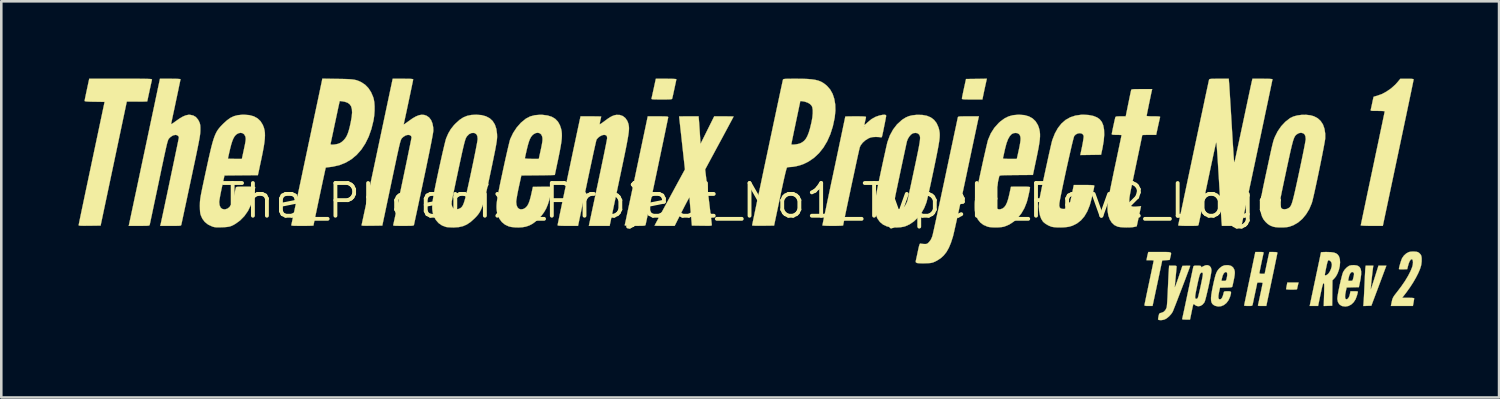
<source format=kicad_pcb>
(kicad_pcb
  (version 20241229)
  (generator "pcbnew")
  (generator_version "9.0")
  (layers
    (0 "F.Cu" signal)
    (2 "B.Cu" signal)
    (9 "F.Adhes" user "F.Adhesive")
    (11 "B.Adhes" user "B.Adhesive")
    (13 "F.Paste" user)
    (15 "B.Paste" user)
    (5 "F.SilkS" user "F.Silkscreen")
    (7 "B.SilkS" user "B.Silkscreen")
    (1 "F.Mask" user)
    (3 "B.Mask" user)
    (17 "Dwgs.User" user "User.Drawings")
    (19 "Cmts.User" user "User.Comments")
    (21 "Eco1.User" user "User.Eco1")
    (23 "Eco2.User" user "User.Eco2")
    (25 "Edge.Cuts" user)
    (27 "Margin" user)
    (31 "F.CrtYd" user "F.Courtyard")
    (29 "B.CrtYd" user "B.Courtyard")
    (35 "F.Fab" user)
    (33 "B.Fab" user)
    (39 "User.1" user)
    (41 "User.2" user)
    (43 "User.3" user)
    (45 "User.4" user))
  (footprint "The_Phoenix_Project_No1_TypeH_Rev2_Logo"
    (layer "F.Cu")
    (at 26.187 4.75)
    (property "Reference" "The_Phoenix_Project_No1_TypeH_Rev2_Logo" (at 0 0 0) (layer "F.SilkS") (effects (font (size 1.27 1.27) (thickness 0.15))))
    (attr through_hole)
    (fp_poly (pts (xy 21.176 3.297) (xy 21.16 3.365) (xy 21.149 3.415) (xy 21.146 3.434) (xy 21.127 3.442) (xy 21.076 3.447) (xy 21.004 3.449) (xy 20.923 3.45) (xy 20.844 3.448) (xy 20.777 3.444) (xy 20.733 3.438) (xy 20.722 3.433) (xy 20.726 3.404) (xy 20.736 3.347) (xy 20.746 3.295) (xy 20.77 3.175) (xy 21.205 3.175) (xy 21.176 3.297)) (stroke (width 0.01) (type solid)) (fill yes) (layer "F.SilkS"))
    (fp_poly (pts (xy 9.058 -4.567) (xy 9.036 -4.467) (xy 9.009 -4.346) (xy 8.983 -4.222) (xy 8.971 -4.165) (xy 8.924 -3.937) (xy 8.526 -3.937) (xy 8.387 -3.937) (xy 8.284 -3.938) (xy 8.213 -3.941) (xy 8.167 -3.946) (xy 8.142 -3.953) (xy 8.131 -3.963) (xy 8.129 -3.974) (xy 8.133 -4.006) (xy 8.146 -4.072) (xy 8.165 -4.164) (xy 8.188 -4.275) (xy 8.209 -4.371) (xy 8.288 -4.731) (xy 8.693 -4.736) (xy 9.097 -4.742) (xy 9.058 -4.567)) (stroke (width 0.01) (type solid)) (fill yes) (layer "F.SilkS"))
    (fp_poly (pts (xy -3.237 -4.74) (xy -3.129 -4.738) (xy -3.042 -4.734) (xy -2.985 -4.729) (xy -2.963 -4.723) (xy -2.963 -4.723) (xy -2.968 -4.699) (xy -2.979 -4.641) (xy -2.997 -4.558) (xy -3.018 -4.459) (xy -3.041 -4.35) (xy -3.065 -4.241) (xy -3.087 -4.138) (xy -3.107 -4.052) (xy -3.121 -3.989) (xy -3.122 -3.985) (xy -3.127 -3.968) (xy -3.137 -3.956) (xy -3.157 -3.947) (xy -3.194 -3.942) (xy -3.253 -3.939) (xy -3.34 -3.937) (xy -3.46 -3.937) (xy -3.537 -3.937) (xy -3.677 -3.937) (xy -3.78 -3.938) (xy -3.851 -3.941) (xy -3.897 -3.945) (xy -3.921 -3.952) (xy -3.93 -3.961) (xy -3.93 -3.974) (xy -3.922 -4.006) (xy -3.907 -4.072) (xy -3.887 -4.164) (xy -3.862 -4.276) (xy -3.84 -4.376) (xy -3.761 -4.741) (xy -3.362 -4.741) (xy -3.237 -4.74)) (stroke (width 0.01) (type solid)) (fill yes) (layer "F.SilkS"))
    (fp_poly (pts (xy 24.099 2.588) (xy 24.092 2.642) (xy 24.081 2.724) (xy 24.07 2.825) (xy 24.057 2.939) (xy 24.044 3.056) (xy 24.032 3.17) (xy 24.022 3.274) (xy 24.014 3.359) (xy 24.01 3.417) (xy 24.009 3.442) (xy 24.009 3.442) (xy 24.017 3.425) (xy 24.036 3.373) (xy 24.064 3.292) (xy 24.098 3.186) (xy 24.138 3.063) (xy 24.163 2.984) (xy 24.31 2.519) (xy 24.463 2.519) (xy 24.616 2.519) (xy 24.563 2.662) (xy 24.542 2.717) (xy 24.509 2.806) (xy 24.466 2.922) (xy 24.414 3.06) (xy 24.357 3.212) (xy 24.297 3.373) (xy 24.272 3.44) (xy 24.033 4.075) (xy 23.878 4.081) (xy 23.722 4.087) (xy 23.735 3.901) (xy 23.74 3.826) (xy 23.746 3.718) (xy 23.753 3.584) (xy 23.76 3.435) (xy 23.767 3.277) (xy 23.771 3.186) (xy 23.778 3.036) (xy 23.784 2.898) (xy 23.791 2.776) (xy 23.796 2.679) (xy 23.801 2.613) (xy 23.804 2.588) (xy 23.814 2.519) (xy 24.111 2.519) (xy 24.099 2.588)) (stroke (width 0.01) (type solid)) (fill yes) (layer "F.SilkS"))
    (fp_poly (pts (xy 16.078 1.99) (xy 16.159 1.993) (xy 16.212 2.002) (xy 16.242 2.017) (xy 16.254 2.043) (xy 16.251 2.079) (xy 16.239 2.13) (xy 16.227 2.18) (xy 16.2 2.297) (xy 16.054 2.307) (xy 15.909 2.318) (xy 15.755 3.048) (xy 15.717 3.226) (xy 15.681 3.397) (xy 15.647 3.555) (xy 15.618 3.695) (xy 15.593 3.809) (xy 15.575 3.893) (xy 15.567 3.932) (xy 15.533 4.085) (xy 15.376 4.085) (xy 15.287 4.083) (xy 15.236 4.074) (xy 15.219 4.06) (xy 15.219 4.059) (xy 15.223 4.033) (xy 15.235 3.97) (xy 15.255 3.875) (xy 15.28 3.752) (xy 15.31 3.606) (xy 15.345 3.441) (xy 15.383 3.261) (xy 15.399 3.186) (xy 15.438 3.002) (xy 15.474 2.832) (xy 15.506 2.678) (xy 15.533 2.547) (xy 15.555 2.442) (xy 15.57 2.367) (xy 15.578 2.328) (xy 15.579 2.323) (xy 15.559 2.315) (xy 15.509 2.309) (xy 15.439 2.307) (xy 15.299 2.307) (xy 15.313 2.228) (xy 15.329 2.149) (xy 15.348 2.071) (xy 15.348 2.069) (xy 15.369 1.99) (xy 15.812 1.99) (xy 15.964 1.989) (xy 16.078 1.99)) (stroke (width 0.01) (type solid)) (fill yes) (layer "F.SilkS"))
    (fp_poly (pts (xy -3.538 -3.28) (xy -3.435 -3.279) (xy -3.363 -3.276) (xy -3.317 -3.271) (xy -3.292 -3.264) (xy -3.282 -3.254) (xy -3.281 -3.247) (xy -3.285 -3.223) (xy -3.297 -3.161) (xy -3.317 -3.064) (xy -3.344 -2.936) (xy -3.376 -2.781) (xy -3.413 -2.601) (xy -3.455 -2.399) (xy -3.501 -2.181) (xy -3.55 -1.948) (xy -3.601 -1.704) (xy -3.654 -1.453) (xy -3.707 -1.198) (xy -3.761 -0.943) (xy -3.814 -0.69) (xy -3.867 -0.443) (xy -3.917 -0.206) (xy -3.964 0.017) (xy -4.008 0.225) (xy -4.048 0.413) (xy -4.083 0.577) (xy -4.113 0.715) (xy -4.136 0.822) (xy -4.152 0.897) (xy -4.161 0.934) (xy -4.162 0.937) (xy -4.169 0.95) (xy -4.185 0.959) (xy -4.217 0.966) (xy -4.269 0.97) (xy -4.348 0.972) (xy -4.459 0.973) (xy -4.576 0.974) (xy -4.721 0.973) (xy -4.829 0.971) (xy -4.903 0.967) (xy -4.948 0.962) (xy -4.968 0.954) (xy -4.97 0.947) (xy -4.964 0.923) (xy -4.951 0.861) (xy -4.929 0.762) (xy -4.901 0.631) (xy -4.867 0.469) (xy -4.827 0.28) (xy -4.781 0.066) (xy -4.731 -0.169) (xy -4.677 -0.424) (xy -4.62 -0.695) (xy -4.56 -0.979) (xy -4.518 -1.18) (xy -4.075 -3.28) (xy -3.678 -3.281) (xy -3.538 -3.28)) (stroke (width 0.01) (type solid)) (fill yes) (layer "F.SilkS"))
    (fp_poly (pts (xy -24.547 -4.741) (xy -24.288 -4.741) (xy -24.069 -4.741) (xy -23.886 -4.741) (xy -23.735 -4.74) (xy -23.614 -4.738) (xy -23.52 -4.736) (xy -23.449 -4.734) (xy -23.398 -4.731) (xy -23.364 -4.726) (xy -23.344 -4.721) (xy -23.335 -4.715) (xy -23.333 -4.708) (xy -23.334 -4.704) (xy -23.341 -4.673) (xy -23.355 -4.61) (xy -23.375 -4.523) (xy -23.398 -4.418) (xy -23.423 -4.305) (xy -23.447 -4.19) (xy -23.471 -4.082) (xy -23.491 -3.987) (xy -23.506 -3.915) (xy -23.515 -3.871) (xy -23.516 -3.863) (xy -23.536 -3.859) (xy -23.592 -3.857) (xy -23.677 -3.854) (xy -23.785 -3.853) (xy -23.909 -3.852) (xy -24.312 -3.852) (xy -24.82 -1.445) (xy -25.329 0.963) (xy -25.756 0.969) (xy -25.907 0.97) (xy -26.02 0.97) (xy -26.099 0.968) (xy -26.15 0.963) (xy -26.176 0.956) (xy -26.182 0.948) (xy -26.178 0.924) (xy -26.165 0.861) (xy -26.145 0.762) (xy -26.118 0.63) (xy -26.084 0.467) (xy -26.044 0.275) (xy -25.998 0.058) (xy -25.948 -0.182) (xy -25.893 -0.443) (xy -25.834 -0.721) (xy -25.772 -1.015) (xy -25.707 -1.321) (xy -25.678 -1.46) (xy -25.174 -3.842) (xy -25.562 -3.848) (xy -25.709 -3.85) (xy -25.817 -3.855) (xy -25.89 -3.86) (xy -25.934 -3.868) (xy -25.95 -3.877) (xy -25.951 -3.879) (xy -25.946 -3.907) (xy -25.935 -3.97) (xy -25.916 -4.06) (xy -25.893 -4.172) (xy -25.866 -4.298) (xy -25.861 -4.323) (xy -25.771 -4.741) (xy -24.547 -4.741)) (stroke (width 0.01) (type solid)) (fill yes) (layer "F.SilkS"))
    (fp_poly (pts (xy 25.71 1.973) (xy 25.789 1.98) (xy 25.842 1.995) (xy 25.885 2.022) (xy 25.913 2.048) (xy 25.952 2.093) (xy 25.973 2.138) (xy 25.984 2.2) (xy 25.988 2.248) (xy 25.987 2.356) (xy 25.973 2.474) (xy 25.963 2.524) (xy 25.921 2.657) (xy 25.853 2.814) (xy 25.763 2.989) (xy 25.655 3.175) (xy 25.531 3.365) (xy 25.396 3.554) (xy 25.334 3.635) (xy 25.23 3.768) (xy 25.463 3.768) (xy 25.579 3.77) (xy 25.655 3.775) (xy 25.692 3.785) (xy 25.696 3.792) (xy 25.693 3.824) (xy 25.683 3.884) (xy 25.672 3.95) (xy 25.647 4.085) (xy 24.792 4.085) (xy 24.826 3.921) (xy 24.842 3.849) (xy 24.861 3.792) (xy 24.887 3.739) (xy 24.925 3.68) (xy 24.983 3.604) (xy 25.025 3.551) (xy 25.193 3.33) (xy 25.34 3.117) (xy 25.462 2.914) (xy 25.557 2.728) (xy 25.621 2.568) (xy 25.643 2.478) (xy 25.65 2.394) (xy 25.644 2.324) (xy 25.625 2.28) (xy 25.608 2.269) (xy 25.568 2.282) (xy 25.528 2.334) (xy 25.489 2.422) (xy 25.461 2.517) (xy 25.426 2.656) (xy 25.265 2.663) (xy 25.188 2.663) (xy 25.132 2.66) (xy 25.105 2.652) (xy 25.104 2.65) (xy 25.11 2.606) (xy 25.127 2.535) (xy 25.151 2.449) (xy 25.178 2.361) (xy 25.205 2.284) (xy 25.227 2.23) (xy 25.228 2.228) (xy 25.296 2.13) (xy 25.387 2.047) (xy 25.486 1.993) (xy 25.496 1.99) (xy 25.56 1.977) (xy 25.646 1.971) (xy 25.71 1.973)) (stroke (width 0.01) (type solid)) (fill yes) (layer "F.SilkS"))
    (fp_poly (pts (xy 16.4 2.52) (xy 16.444 2.526) (xy 16.464 2.539) (xy 16.468 2.556) (xy 16.466 2.588) (xy 16.46 2.654) (xy 16.452 2.745) (xy 16.442 2.855) (xy 16.431 2.974) (xy 16.419 3.095) (xy 16.408 3.21) (xy 16.398 3.31) (xy 16.394 3.344) (xy 16.397 3.358) (xy 16.411 3.333) (xy 16.437 3.27) (xy 16.474 3.172) (xy 16.52 3.04) (xy 16.539 2.985) (xy 16.693 2.529) (xy 16.845 2.523) (xy 16.919 2.521) (xy 16.973 2.522) (xy 16.997 2.526) (xy 16.997 2.527) (xy 16.989 2.55) (xy 16.969 2.609) (xy 16.936 2.697) (xy 16.894 2.809) (xy 16.845 2.942) (xy 16.789 3.09) (xy 16.729 3.247) (xy 16.667 3.41) (xy 16.604 3.573) (xy 16.543 3.732) (xy 16.486 3.881) (xy 16.434 4.016) (xy 16.388 4.131) (xy 16.352 4.222) (xy 16.327 4.285) (xy 16.316 4.311) (xy 16.257 4.4) (xy 16.177 4.488) (xy 16.088 4.562) (xy 16.012 4.605) (xy 15.946 4.625) (xy 15.875 4.635) (xy 15.81 4.634) (xy 15.764 4.624) (xy 15.748 4.605) (xy 15.752 4.567) (xy 15.763 4.506) (xy 15.77 4.47) (xy 15.786 4.407) (xy 15.805 4.375) (xy 15.838 4.359) (xy 15.874 4.352) (xy 15.959 4.318) (xy 16.029 4.251) (xy 16.077 4.157) (xy 16.084 4.132) (xy 16.09 4.09) (xy 16.097 4.013) (xy 16.105 3.906) (xy 16.113 3.776) (xy 16.12 3.629) (xy 16.127 3.472) (xy 16.127 3.471) (xy 16.135 3.307) (xy 16.142 3.146) (xy 16.149 2.997) (xy 16.155 2.867) (xy 16.161 2.765) (xy 16.165 2.704) (xy 16.177 2.519) (xy 16.323 2.519) (xy 16.4 2.52)) (stroke (width 0.01) (type solid)) (fill yes) (layer "F.SilkS"))
    (fp_poly (pts (xy 23.457 2.51) (xy 23.519 2.531) (xy 23.579 2.578) (xy 23.618 2.647) (xy 23.637 2.743) (xy 23.636 2.867) (xy 23.616 3.025) (xy 23.595 3.133) (xy 23.548 3.355) (xy 23.311 3.361) (xy 23.074 3.367) (xy 23.04 3.522) (xy 23.017 3.649) (xy 23.013 3.743) (xy 23.026 3.803) (xy 23.054 3.827) (xy 23.103 3.816) (xy 23.147 3.769) (xy 23.183 3.691) (xy 23.198 3.632) (xy 23.223 3.514) (xy 23.371 3.514) (xy 23.448 3.515) (xy 23.492 3.52) (xy 23.509 3.531) (xy 23.509 3.55) (xy 23.508 3.551) (xy 23.497 3.593) (xy 23.48 3.657) (xy 23.473 3.683) (xy 23.42 3.825) (xy 23.344 3.942) (xy 23.25 4.03) (xy 23.143 4.086) (xy 23.027 4.107) (xy 22.908 4.091) (xy 22.866 4.075) (xy 22.788 4.019) (xy 22.736 3.934) (xy 22.713 3.825) (xy 22.712 3.799) (xy 22.717 3.738) (xy 22.731 3.646) (xy 22.752 3.53) (xy 22.778 3.4) (xy 22.807 3.263) (xy 22.838 3.127) (xy 22.842 3.111) (xy 23.131 3.111) (xy 23.217 3.111) (xy 23.273 3.108) (xy 23.302 3.092) (xy 23.318 3.05) (xy 23.323 3.032) (xy 23.347 2.936) (xy 23.358 2.872) (xy 23.359 2.83) (xy 23.35 2.803) (xy 23.336 2.786) (xy 23.292 2.764) (xy 23.248 2.78) (xy 23.207 2.831) (xy 23.172 2.912) (xy 23.147 3.019) (xy 23.146 3.022) (xy 23.131 3.111) (xy 22.842 3.111) (xy 22.869 3) (xy 22.897 2.891) (xy 22.922 2.808) (xy 22.941 2.76) (xy 22.998 2.673) (xy 23.073 2.594) (xy 23.151 2.536) (xy 23.184 2.52) (xy 23.266 2.502) (xy 23.363 2.499) (xy 23.457 2.51)) (stroke (width 0.01) (type solid)) (fill yes) (layer "F.SilkS"))
    (fp_poly (pts (xy 22.463 1.995) (xy 22.577 2.011) (xy 22.662 2.041) (xy 22.725 2.087) (xy 22.771 2.151) (xy 22.776 2.16) (xy 22.809 2.265) (xy 22.818 2.393) (xy 22.806 2.535) (xy 22.773 2.679) (xy 22.723 2.817) (xy 22.658 2.937) (xy 22.593 3.017) (xy 22.522 3.088) (xy 22.516 3.581) (xy 22.511 4.075) (xy 22.347 4.081) (xy 22.184 4.087) (xy 22.197 3.642) (xy 22.201 3.491) (xy 22.203 3.378) (xy 22.203 3.298) (xy 22.201 3.244) (xy 22.195 3.213) (xy 22.187 3.199) (xy 22.18 3.196) (xy 22.167 3.208) (xy 22.151 3.244) (xy 22.131 3.31) (xy 22.107 3.408) (xy 22.078 3.542) (xy 22.057 3.641) (xy 21.964 4.085) (xy 21.638 4.085) (xy 21.665 3.953) (xy 21.676 3.904) (xy 21.694 3.819) (xy 21.718 3.703) (xy 21.749 3.56) (xy 21.783 3.396) (xy 21.821 3.216) (xy 21.862 3.025) (xy 21.885 2.916) (xy 21.893 2.877) (xy 22.225 2.877) (xy 22.239 2.899) (xy 22.274 2.894) (xy 22.323 2.864) (xy 22.363 2.83) (xy 22.415 2.758) (xy 22.46 2.662) (xy 22.491 2.559) (xy 22.5 2.482) (xy 22.486 2.405) (xy 22.448 2.344) (xy 22.395 2.311) (xy 22.371 2.307) (xy 22.355 2.317) (xy 22.339 2.349) (xy 22.32 2.409) (xy 22.298 2.502) (xy 22.282 2.58) (xy 22.26 2.684) (xy 22.243 2.773) (xy 22.231 2.839) (xy 22.225 2.874) (xy 22.225 2.877) (xy 21.893 2.877) (xy 21.925 2.726) (xy 21.962 2.55) (xy 21.996 2.391) (xy 22.025 2.253) (xy 22.048 2.141) (xy 22.065 2.059) (xy 22.075 2.011) (xy 22.077 2) (xy 22.097 1.996) (xy 22.15 1.993) (xy 22.229 1.99) (xy 22.314 1.99) (xy 22.463 1.995)) (stroke (width 0.01) (type solid)) (fill yes) (layer "F.SilkS"))
    (fp_poly (pts (xy 25.532 -4.739) (xy 25.61 -4.736) (xy 25.656 -4.729) (xy 25.675 -4.718) (xy 25.676 -4.715) (xy 25.671 -4.691) (xy 25.659 -4.629) (xy 25.639 -4.53) (xy 25.611 -4.396) (xy 25.577 -4.231) (xy 25.536 -4.037) (xy 25.49 -3.815) (xy 25.438 -3.569) (xy 25.382 -3.3) (xy 25.321 -3.012) (xy 25.257 -2.706) (xy 25.189 -2.386) (xy 25.119 -2.053) (xy 25.078 -1.858) (xy 24.479 0.973) (xy 24.051 0.973) (xy 23.921 0.973) (xy 23.807 0.97) (xy 23.716 0.967) (xy 23.652 0.962) (xy 23.623 0.957) (xy 23.622 0.956) (xy 23.626 0.933) (xy 23.639 0.872) (xy 23.659 0.774) (xy 23.686 0.644) (xy 23.72 0.482) (xy 23.76 0.293) (xy 23.805 0.079) (xy 23.854 -0.157) (xy 23.908 -0.413) (xy 23.966 -0.686) (xy 24.027 -0.974) (xy 24.088 -1.261) (xy 24.151 -1.56) (xy 24.211 -1.847) (xy 24.269 -2.119) (xy 24.323 -2.374) (xy 24.372 -2.61) (xy 24.417 -2.823) (xy 24.457 -3.011) (xy 24.49 -3.171) (xy 24.517 -3.3) (xy 24.537 -3.396) (xy 24.549 -3.456) (xy 24.553 -3.477) (xy 24.533 -3.483) (xy 24.479 -3.487) (xy 24.398 -3.491) (xy 24.298 -3.492) (xy 24.276 -3.493) (xy 24.163 -3.493) (xy 24.086 -3.494) (xy 24.039 -3.498) (xy 24.015 -3.505) (xy 24.007 -3.517) (xy 24.009 -3.534) (xy 24.01 -3.539) (xy 24.019 -3.578) (xy 24.035 -3.648) (xy 24.054 -3.738) (xy 24.069 -3.809) (xy 24.088 -3.9) (xy 24.105 -3.975) (xy 24.116 -4.024) (xy 24.121 -4.039) (xy 24.142 -4.047) (xy 24.193 -4.063) (xy 24.25 -4.078) (xy 24.433 -4.143) (xy 24.62 -4.242) (xy 24.8 -4.366) (xy 24.961 -4.51) (xy 25.049 -4.607) (xy 25.157 -4.738) (xy 25.416 -4.74) (xy 25.532 -4.739)) (stroke (width 0.01) (type solid)) (fill yes) (layer "F.SilkS"))
    (fp_poly (pts (xy 18.491 2.503) (xy 18.59 2.53) (xy 18.661 2.587) (xy 18.704 2.661) (xy 18.719 2.706) (xy 18.728 2.755) (xy 18.729 2.814) (xy 18.722 2.889) (xy 18.707 2.986) (xy 18.682 3.11) (xy 18.648 3.268) (xy 18.637 3.317) (xy 18.63 3.338) (xy 18.615 3.351) (xy 18.584 3.36) (xy 18.53 3.365) (xy 18.444 3.369) (xy 18.39 3.37) (xy 18.154 3.376) (xy 18.115 3.556) (xy 18.094 3.678) (xy 18.092 3.764) (xy 18.11 3.815) (xy 18.148 3.831) (xy 18.195 3.814) (xy 18.235 3.763) (xy 18.271 3.673) (xy 18.297 3.572) (xy 18.306 3.541) (xy 18.324 3.523) (xy 18.36 3.516) (xy 18.425 3.514) (xy 18.447 3.514) (xy 18.517 3.515) (xy 18.561 3.524) (xy 18.581 3.546) (xy 18.581 3.591) (xy 18.563 3.663) (xy 18.541 3.736) (xy 18.483 3.865) (xy 18.403 3.971) (xy 18.306 4.048) (xy 18.196 4.095) (xy 18.082 4.106) (xy 17.967 4.08) (xy 17.96 4.077) (xy 17.899 4.043) (xy 17.853 4) (xy 17.823 3.943) (xy 17.807 3.868) (xy 17.805 3.77) (xy 17.817 3.646) (xy 17.843 3.49) (xy 17.881 3.298) (xy 17.885 3.28) (xy 17.922 3.111) (xy 18.208 3.111) (xy 18.298 3.111) (xy 18.354 3.109) (xy 18.384 3.096) (xy 18.401 3.059) (xy 18.412 3.017) (xy 18.433 2.91) (xy 18.435 2.83) (xy 18.418 2.78) (xy 18.385 2.764) (xy 18.336 2.784) (xy 18.336 2.784) (xy 18.292 2.832) (xy 18.256 2.912) (xy 18.227 3.022) (xy 18.208 3.111) (xy 17.922 3.111) (xy 17.923 3.111) (xy 17.955 2.977) (xy 17.985 2.872) (xy 18.015 2.791) (xy 18.048 2.727) (xy 18.085 2.674) (xy 18.13 2.625) (xy 18.15 2.607) (xy 18.241 2.539) (xy 18.338 2.505) (xy 18.454 2.5) (xy 18.491 2.503)) (stroke (width 0.01) (type solid)) (fill yes) (layer "F.SilkS"))
    (fp_poly (pts (xy -2.089 -3.149) (xy -2.083 -3.084) (xy -2.076 -2.987) (xy -2.068 -2.868) (xy -2.059 -2.735) (xy -2.051 -2.614) (xy -2.025 -2.212) (xy -1.759 -2.746) (xy -1.493 -3.281) (xy -1.117 -3.281) (xy -0.996 -3.28) (xy -0.891 -3.279) (xy -0.809 -3.277) (xy -0.757 -3.275) (xy -0.741 -3.273) (xy -0.751 -3.253) (xy -0.779 -3.199) (xy -0.823 -3.116) (xy -0.883 -3.005) (xy -0.955 -2.87) (xy -1.038 -2.715) (xy -1.13 -2.544) (xy -1.23 -2.358) (xy -1.294 -2.241) (xy -1.846 -1.217) (xy -1.717 -0.159) (xy -1.691 0.049) (xy -1.668 0.245) (xy -1.646 0.425) (xy -1.627 0.584) (xy -1.611 0.719) (xy -1.599 0.825) (xy -1.591 0.898) (xy -1.587 0.935) (xy -1.587 0.937) (xy -1.59 0.95) (xy -1.602 0.96) (xy -1.629 0.966) (xy -1.677 0.97) (xy -1.751 0.971) (xy -1.857 0.97) (xy -1.974 0.969) (xy -2.36 0.963) (xy -2.406 0.434) (xy -2.419 0.287) (xy -2.431 0.153) (xy -2.441 0.038) (xy -2.448 -0.053) (xy -2.453 -0.112) (xy -2.454 -0.132) (xy -2.464 -0.123) (xy -2.489 -0.08) (xy -2.529 -0.008) (xy -2.581 0.089) (xy -2.643 0.207) (xy -2.712 0.342) (xy -2.743 0.403) (xy -3.03 0.974) (xy -3.42 0.974) (xy -3.543 0.973) (xy -3.651 0.972) (xy -3.735 0.97) (xy -3.79 0.967) (xy -3.81 0.964) (xy -3.8 0.944) (xy -3.772 0.89) (xy -3.727 0.805) (xy -3.667 0.694) (xy -3.594 0.558) (xy -3.51 0.402) (xy -3.416 0.228) (xy -3.314 0.04) (xy -3.22 -0.133) (xy -2.63 -1.22) (xy -2.743 -2.245) (xy -2.765 -2.449) (xy -2.786 -2.639) (xy -2.806 -2.812) (xy -2.822 -2.963) (xy -2.836 -3.09) (xy -2.847 -3.186) (xy -2.854 -3.25) (xy -2.857 -3.275) (xy -2.857 -3.276) (xy -2.837 -3.277) (xy -2.782 -3.279) (xy -2.697 -3.28) (xy -2.59 -3.281) (xy -2.479 -3.281) (xy -2.101 -3.281) (xy -2.089 -3.149)) (stroke (width 0.01) (type solid)) (fill yes) (layer "F.SilkS"))
    (fp_poly (pts (xy 20.316 1.992) (xy 20.367 2.001) (xy 20.384 2.015) (xy 20.384 2.016) (xy 20.38 2.042) (xy 20.367 2.104) (xy 20.348 2.2) (xy 20.322 2.325) (xy 20.291 2.475) (xy 20.256 2.647) (xy 20.216 2.835) (xy 20.174 3.036) (xy 20.168 3.064) (xy 19.952 4.085) (xy 19.785 4.085) (xy 19.702 4.084) (xy 19.653 4.08) (xy 19.631 4.071) (xy 19.628 4.055) (xy 19.63 4.048) (xy 19.638 4.016) (xy 19.653 3.952) (xy 19.672 3.863) (xy 19.695 3.757) (xy 19.719 3.642) (xy 19.744 3.526) (xy 19.767 3.416) (xy 19.787 3.32) (xy 19.802 3.245) (xy 19.811 3.2) (xy 19.812 3.191) (xy 19.793 3.182) (xy 19.744 3.176) (xy 19.706 3.175) (xy 19.646 3.176) (xy 19.607 3.18) (xy 19.6 3.183) (xy 19.596 3.205) (xy 19.585 3.261) (xy 19.568 3.343) (xy 19.547 3.444) (xy 19.523 3.556) (xy 19.498 3.672) (xy 19.474 3.784) (xy 19.453 3.886) (xy 19.435 3.969) (xy 19.423 4.025) (xy 19.42 4.038) (xy 19.411 4.062) (xy 19.392 4.076) (xy 19.353 4.083) (xy 19.285 4.085) (xy 19.251 4.085) (xy 19.175 4.083) (xy 19.119 4.078) (xy 19.093 4.071) (xy 19.092 4.069) (xy 19.096 4.046) (xy 19.108 3.985) (xy 19.127 3.891) (xy 19.153 3.768) (xy 19.184 3.619) (xy 19.219 3.449) (xy 19.258 3.261) (xy 19.301 3.06) (xy 19.309 3.022) (xy 19.526 1.99) (xy 19.691 1.99) (xy 19.773 1.99) (xy 19.821 1.994) (xy 19.843 2.003) (xy 19.847 2.02) (xy 19.844 2.037) (xy 19.825 2.122) (xy 19.803 2.225) (xy 19.778 2.339) (xy 19.754 2.455) (xy 19.731 2.567) (xy 19.711 2.666) (xy 19.696 2.744) (xy 19.687 2.793) (xy 19.685 2.806) (xy 19.698 2.826) (xy 19.742 2.835) (xy 19.787 2.836) (xy 19.889 2.836) (xy 19.948 2.556) (xy 19.973 2.436) (xy 19.999 2.317) (xy 20.021 2.212) (xy 20.038 2.134) (xy 20.039 2.133) (xy 20.071 1.99) (xy 20.227 1.99) (xy 20.316 1.992)) (stroke (width 0.01) (type solid)) (fill yes) (layer "F.SilkS"))
    (fp_poly (pts (xy 8.777 -3.233) (xy 8.771 -3.206) (xy 8.757 -3.141) (xy 8.735 -3.039) (xy 8.707 -2.905) (xy 8.672 -2.741) (xy 8.631 -2.548) (xy 8.585 -2.332) (xy 8.534 -2.093) (xy 8.48 -1.836) (xy 8.422 -1.562) (xy 8.361 -1.275) (xy 8.309 -1.027) (xy 8.245 -0.725) (xy 8.182 -0.431) (xy 8.121 -0.147) (xy 8.063 0.122) (xy 8.008 0.374) (xy 7.958 0.607) (xy 7.912 0.815) (xy 7.871 0.998) (xy 7.837 1.15) (xy 7.809 1.27) (xy 7.789 1.354) (xy 7.78 1.389) (xy 7.705 1.624) (xy 7.623 1.821) (xy 7.531 1.986) (xy 7.424 2.121) (xy 7.3 2.233) (xy 7.155 2.326) (xy 7.076 2.365) (xy 7.018 2.39) (xy 6.964 2.406) (xy 6.903 2.417) (xy 6.823 2.423) (xy 6.714 2.427) (xy 6.689 2.428) (xy 6.583 2.429) (xy 6.488 2.426) (xy 6.415 2.421) (xy 6.375 2.413) (xy 6.374 2.413) (xy 6.337 2.385) (xy 6.335 2.344) (xy 6.343 2.307) (xy 6.358 2.238) (xy 6.379 2.144) (xy 6.402 2.034) (xy 6.415 1.973) (xy 6.441 1.85) (xy 6.462 1.763) (xy 6.479 1.706) (xy 6.493 1.674) (xy 6.507 1.661) (xy 6.52 1.662) (xy 6.562 1.67) (xy 6.628 1.676) (xy 6.667 1.678) (xy 6.732 1.678) (xy 6.776 1.668) (xy 6.816 1.638) (xy 6.858 1.595) (xy 6.923 1.508) (xy 6.971 1.399) (xy 6.982 1.363) (xy 6.993 1.322) (xy 7.011 1.243) (xy 7.037 1.129) (xy 7.069 0.982) (xy 7.108 0.805) (xy 7.152 0.601) (xy 7.201 0.374) (xy 7.255 0.126) (xy 7.312 -0.141) (xy 7.372 -0.422) (xy 7.435 -0.715) (xy 7.492 -0.984) (xy 7.555 -1.284) (xy 7.616 -1.572) (xy 7.674 -1.846) (xy 7.729 -2.104) (xy 7.78 -2.342) (xy 7.825 -2.558) (xy 7.866 -2.749) (xy 7.901 -2.912) (xy 7.929 -3.045) (xy 7.95 -3.145) (xy 7.964 -3.209) (xy 7.969 -3.233) (xy 7.974 -3.25) (xy 7.984 -3.262) (xy 8.005 -3.27) (xy 8.041 -3.276) (xy 8.1 -3.279) (xy 8.187 -3.28) (xy 8.307 -3.281) (xy 8.385 -3.281) (xy 8.789 -3.281) (xy 8.777 -3.233)) (stroke (width 0.01) (type solid)) (fill yes) (layer "F.SilkS"))
    (fp_poly (pts (xy 17.754 2.534) (xy 17.802 2.596) (xy 17.822 2.685) (xy 17.822 2.694) (xy 17.818 2.751) (xy 17.804 2.84) (xy 17.784 2.953) (xy 17.759 3.085) (xy 17.73 3.227) (xy 17.698 3.373) (xy 17.665 3.517) (xy 17.633 3.651) (xy 17.604 3.769) (xy 17.578 3.863) (xy 17.557 3.926) (xy 17.547 3.947) (xy 17.477 4.031) (xy 17.396 4.082) (xy 17.309 4.098) (xy 17.226 4.076) (xy 17.173 4.039) (xy 17.153 4.02) (xy 17.138 4.01) (xy 17.125 4.014) (xy 17.114 4.036) (xy 17.1 4.083) (xy 17.083 4.159) (xy 17.061 4.268) (xy 17.047 4.334) (xy 16.989 4.614) (xy 16.833 4.614) (xy 16.753 4.613) (xy 16.707 4.609) (xy 16.688 4.599) (xy 16.686 4.581) (xy 16.687 4.577) (xy 16.694 4.55) (xy 16.708 4.485) (xy 16.729 4.387) (xy 16.757 4.261) (xy 16.789 4.11) (xy 16.825 3.939) (xy 16.865 3.753) (xy 16.868 3.736) (xy 17.189 3.736) (xy 17.192 3.776) (xy 17.204 3.799) (xy 17.224 3.809) (xy 17.242 3.81) (xy 17.274 3.793) (xy 17.292 3.769) (xy 17.303 3.737) (xy 17.321 3.67) (xy 17.343 3.575) (xy 17.37 3.459) (xy 17.399 3.328) (xy 17.41 3.278) (xy 17.441 3.127) (xy 17.464 3.011) (xy 17.479 2.926) (xy 17.487 2.868) (xy 17.488 2.83) (xy 17.482 2.807) (xy 17.477 2.799) (xy 17.45 2.783) (xy 17.42 2.796) (xy 17.404 2.809) (xy 17.387 2.831) (xy 17.37 2.87) (xy 17.35 2.93) (xy 17.328 3.018) (xy 17.3 3.137) (xy 17.266 3.293) (xy 17.265 3.302) (xy 17.232 3.46) (xy 17.208 3.582) (xy 17.194 3.673) (xy 17.189 3.736) (xy 16.868 3.736) (xy 16.902 3.577) (xy 16.944 3.38) (xy 16.983 3.194) (xy 17.019 3.024) (xy 17.051 2.875) (xy 17.077 2.75) (xy 17.098 2.654) (xy 17.112 2.591) (xy 17.117 2.566) (xy 17.127 2.541) (xy 17.147 2.527) (xy 17.189 2.52) (xy 17.261 2.519) (xy 17.274 2.519) (xy 17.354 2.521) (xy 17.399 2.528) (xy 17.418 2.541) (xy 17.42 2.551) (xy 17.423 2.575) (xy 17.438 2.579) (xy 17.474 2.561) (xy 17.51 2.54) (xy 17.601 2.503) (xy 17.685 2.502) (xy 17.754 2.534)) (stroke (width 0.01) (type solid)) (fill yes) (layer "F.SilkS"))
    (fp_poly (pts (xy -5.16 -3.334) (xy -5.043 -3.292) (xy -4.945 -3.215) (xy -4.871 -3.108) (xy -4.837 -3.023) (xy -4.825 -2.981) (xy -4.816 -2.94) (xy -4.809 -2.897) (xy -4.805 -2.849) (xy -4.804 -2.795) (xy -4.808 -2.73) (xy -4.816 -2.652) (xy -4.829 -2.559) (xy -4.847 -2.448) (xy -4.871 -2.315) (xy -4.9 -2.158) (xy -4.937 -1.975) (xy -4.98 -1.762) (xy -5.031 -1.518) (xy -5.09 -1.238) (xy -5.157 -0.92) (xy -5.18 -0.81) (xy -5.556 0.974) (xy -5.96 0.974) (xy -6.363 0.974) (xy -6.008 -0.693) (xy -5.953 -0.954) (xy -5.9 -1.204) (xy -5.851 -1.44) (xy -5.805 -1.659) (xy -5.764 -1.858) (xy -5.729 -2.032) (xy -5.699 -2.18) (xy -5.676 -2.297) (xy -5.661 -2.381) (xy -5.653 -2.428) (xy -5.652 -2.435) (xy -5.662 -2.506) (xy -5.695 -2.546) (xy -5.76 -2.561) (xy -5.781 -2.561) (xy -5.854 -2.545) (xy -5.935 -2.503) (xy -6.009 -2.445) (xy -6.061 -2.381) (xy -6.067 -2.37) (xy -6.075 -2.341) (xy -6.091 -2.275) (xy -6.114 -2.173) (xy -6.144 -2.04) (xy -6.18 -1.878) (xy -6.22 -1.691) (xy -6.265 -1.482) (xy -6.314 -1.254) (xy -6.366 -1.011) (xy -6.42 -0.755) (xy -6.437 -0.672) (xy -6.783 0.974) (xy -7.181 0.974) (xy -7.325 0.973) (xy -7.432 0.971) (xy -7.506 0.967) (xy -7.551 0.962) (xy -7.574 0.953) (xy -7.578 0.946) (xy -7.573 0.923) (xy -7.561 0.862) (xy -7.541 0.766) (xy -7.515 0.639) (xy -7.483 0.484) (xy -7.445 0.305) (xy -7.403 0.104) (xy -7.358 -0.114) (xy -7.309 -0.346) (xy -7.258 -0.589) (xy -7.205 -0.839) (xy -7.151 -1.094) (xy -7.097 -1.349) (xy -7.044 -1.602) (xy -6.992 -1.848) (xy -6.942 -2.085) (xy -6.894 -2.309) (xy -6.85 -2.517) (xy -6.81 -2.705) (xy -6.775 -2.87) (xy -6.745 -3.008) (xy -6.722 -3.117) (xy -6.705 -3.192) (xy -6.697 -3.23) (xy -6.696 -3.232) (xy -6.684 -3.281) (xy -6.284 -3.281) (xy -6.159 -3.28) (xy -6.05 -3.279) (xy -5.964 -3.277) (xy -5.906 -3.275) (xy -5.884 -3.272) (xy -5.884 -3.272) (xy -5.889 -3.248) (xy -5.9 -3.194) (xy -5.917 -3.123) (xy -5.917 -3.121) (xy -5.932 -3.049) (xy -5.941 -2.995) (xy -5.941 -2.971) (xy -5.941 -2.971) (xy -5.922 -2.979) (xy -5.876 -3.008) (xy -5.811 -3.054) (xy -5.749 -3.1) (xy -5.627 -3.189) (xy -5.528 -3.253) (xy -5.444 -3.296) (xy -5.368 -3.323) (xy -5.291 -3.338) (xy -5.29 -3.338) (xy -5.16 -3.334)) (stroke (width 0.01) (type solid)) (fill yes) (layer "F.SilkS"))
    (fp_poly (pts (xy 5.174 -3.33) (xy 5.186 -3.304) (xy 5.182 -3.273) (xy 5.17 -3.209) (xy 5.154 -3.12) (xy 5.133 -3.012) (xy 5.109 -2.895) (xy 5.085 -2.776) (xy 5.062 -2.663) (xy 5.04 -2.564) (xy 5.026 -2.502) (xy 5.01 -2.467) (xy 4.976 -2.466) (xy 4.97 -2.467) (xy 4.927 -2.474) (xy 4.856 -2.479) (xy 4.772 -2.48) (xy 4.766 -2.48) (xy 4.664 -2.475) (xy 4.583 -2.459) (xy 4.506 -2.428) (xy 4.495 -2.423) (xy 4.377 -2.35) (xy 4.275 -2.258) (xy 4.197 -2.157) (xy 4.161 -2.08) (xy 4.153 -2.047) (xy 4.137 -1.978) (xy 4.114 -1.876) (xy 4.085 -1.746) (xy 4.051 -1.59) (xy 4.013 -1.415) (xy 3.972 -1.222) (xy 3.928 -1.017) (xy 3.882 -0.804) (xy 3.835 -0.586) (xy 3.789 -0.367) (xy 3.743 -0.152) (xy 3.699 0.055) (xy 3.658 0.25) (xy 3.62 0.43) (xy 3.587 0.59) (xy 3.559 0.726) (xy 3.537 0.835) (xy 3.522 0.911) (xy 3.514 0.952) (xy 3.514 0.957) (xy 3.494 0.962) (xy 3.438 0.967) (xy 3.352 0.97) (xy 3.244 0.973) (xy 3.12 0.974) (xy 3.111 0.974) (xy 2.975 0.973) (xy 2.862 0.97) (xy 2.777 0.965) (xy 2.724 0.96) (xy 2.709 0.954) (xy 2.714 0.931) (xy 2.726 0.869) (xy 2.746 0.772) (xy 2.773 0.641) (xy 2.807 0.48) (xy 2.847 0.292) (xy 2.891 0.079) (xy 2.941 -0.156) (xy 2.994 -0.41) (xy 3.051 -0.68) (xy 3.112 -0.964) (xy 3.154 -1.163) (xy 3.216 -1.454) (xy 3.275 -1.734) (xy 3.331 -1.998) (xy 3.383 -2.246) (xy 3.431 -2.473) (xy 3.474 -2.678) (xy 3.512 -2.857) (xy 3.519 -2.889) (xy 4.318 -2.889) (xy 4.329 -2.879) (xy 4.339 -2.889) (xy 4.329 -2.9) (xy 4.318 -2.889) (xy 3.519 -2.889) (xy 3.543 -3.007) (xy 3.569 -3.126) (xy 3.586 -3.211) (xy 3.596 -3.26) (xy 3.598 -3.271) (xy 3.618 -3.274) (xy 3.674 -3.277) (xy 3.76 -3.279) (xy 3.868 -3.28) (xy 3.992 -3.281) (xy 4 -3.281) (xy 4.148 -3.28) (xy 4.257 -3.278) (xy 4.333 -3.274) (xy 4.379 -3.268) (xy 4.4 -3.26) (xy 4.402 -3.254) (xy 4.397 -3.221) (xy 4.384 -3.16) (xy 4.37 -3.101) (xy 4.354 -3.03) (xy 4.343 -2.974) (xy 4.339 -2.949) (xy 4.353 -2.951) (xy 4.389 -2.978) (xy 4.441 -3.025) (xy 4.461 -3.044) (xy 4.614 -3.172) (xy 4.778 -3.263) (xy 4.922 -3.312) (xy 5.043 -3.338) (xy 5.127 -3.344) (xy 5.174 -3.33)) (stroke (width 0.01) (type solid)) (fill yes) (layer "F.SilkS"))
    (fp_poly (pts (xy 1.939 -4.739) (xy 2.134 -4.732) (xy 2.298 -4.718) (xy 2.437 -4.697) (xy 2.554 -4.667) (xy 2.656 -4.627) (xy 2.747 -4.575) (xy 2.834 -4.51) (xy 2.889 -4.463) (xy 3.011 -4.323) (xy 3.106 -4.154) (xy 3.171 -3.958) (xy 3.208 -3.74) (xy 3.214 -3.503) (xy 3.189 -3.249) (xy 3.186 -3.228) (xy 3.115 -2.894) (xy 3.018 -2.588) (xy 2.895 -2.311) (xy 2.747 -2.064) (xy 2.575 -1.849) (xy 2.381 -1.668) (xy 2.165 -1.521) (xy 1.968 -1.425) (xy 1.835 -1.379) (xy 1.693 -1.343) (xy 1.556 -1.319) (xy 1.46 -1.312) (xy 1.395 -1.308) (xy 1.345 -1.297) (xy 1.334 -1.292) (xy 1.322 -1.268) (xy 1.304 -1.207) (xy 1.278 -1.109) (xy 1.245 -0.971) (xy 1.205 -0.795) (xy 1.158 -0.579) (xy 1.103 -0.322) (xy 1.068 -0.154) (xy 0.832 0.963) (xy 0.406 0.969) (xy 0.239 0.97) (xy 0.113 0.969) (xy 0.029 0.964) (xy -0.014 0.958) (xy -0.021 0.952) (xy -0.017 0.929) (xy -0.004 0.868) (xy 0.016 0.771) (xy 0.043 0.641) (xy 0.076 0.482) (xy 0.115 0.296) (xy 0.159 0.085) (xy 0.208 -0.146) (xy 0.261 -0.395) (xy 0.317 -0.66) (xy 0.375 -0.936) (xy 0.435 -1.223) (xy 0.497 -1.515) (xy 0.56 -1.811) (xy 0.623 -2.108) (xy 0.641 -2.193) (xy 1.502 -2.193) (xy 1.521 -2.184) (xy 1.571 -2.182) (xy 1.639 -2.187) (xy 1.715 -2.198) (xy 1.786 -2.213) (xy 1.843 -2.231) (xy 1.844 -2.231) (xy 1.93 -2.276) (xy 2.004 -2.335) (xy 2.069 -2.413) (xy 2.125 -2.515) (xy 2.177 -2.644) (xy 2.226 -2.805) (xy 2.274 -3.004) (xy 2.287 -3.059) (xy 2.319 -3.236) (xy 2.334 -3.395) (xy 2.334 -3.529) (xy 2.317 -3.633) (xy 2.296 -3.683) (xy 2.234 -3.754) (xy 2.139 -3.812) (xy 2.023 -3.852) (xy 1.958 -3.864) (xy 1.852 -3.877) (xy 1.677 -3.045) (xy 1.639 -2.863) (xy 1.603 -2.693) (xy 1.572 -2.541) (xy 1.545 -2.411) (xy 1.524 -2.308) (xy 1.509 -2.235) (xy 1.503 -2.197) (xy 1.502 -2.193) (xy 0.641 -2.193) (xy 0.685 -2.403) (xy 0.747 -2.692) (xy 0.806 -2.973) (xy 0.864 -3.244) (xy 0.918 -3.5) (xy 0.969 -3.739) (xy 1.016 -3.959) (xy 1.058 -4.156) (xy 1.095 -4.328) (xy 1.126 -4.471) (xy 1.15 -4.582) (xy 1.167 -4.66) (xy 1.176 -4.7) (xy 1.177 -4.704) (xy 1.183 -4.716) (xy 1.198 -4.725) (xy 1.226 -4.731) (xy 1.273 -4.736) (xy 1.342 -4.739) (xy 1.44 -4.74) (xy 1.571 -4.741) (xy 1.706 -4.741) (xy 1.939 -4.739)) (stroke (width 0.01) (type solid)) (fill yes) (layer "F.SilkS"))
    (fp_poly (pts (xy 13.054 -3.332) (xy 13.231 -3.297) (xy 13.377 -3.239) (xy 13.48 -3.167) (xy 13.562 -3.065) (xy 13.619 -2.93) (xy 13.65 -2.763) (xy 13.656 -2.563) (xy 13.637 -2.329) (xy 13.592 -2.062) (xy 13.581 -2.01) (xy 13.534 -1.789) (xy 13.131 -1.783) (xy 12.727 -1.777) (xy 12.799 -2.122) (xy 12.823 -2.245) (xy 12.841 -2.356) (xy 12.854 -2.445) (xy 12.858 -2.506) (xy 12.857 -2.524) (xy 12.826 -2.583) (xy 12.771 -2.617) (xy 12.701 -2.627) (xy 12.625 -2.614) (xy 12.553 -2.577) (xy 12.494 -2.518) (xy 12.489 -2.509) (xy 12.478 -2.478) (xy 12.459 -2.409) (xy 12.433 -2.307) (xy 12.401 -2.177) (xy 12.365 -2.022) (xy 12.325 -1.846) (xy 12.281 -1.653) (xy 12.235 -1.449) (xy 12.188 -1.237) (xy 12.141 -1.02) (xy 12.095 -0.805) (xy 12.05 -0.593) (xy 12.008 -0.391) (xy 11.969 -0.201) (xy 11.937 -0.038) (xy 11.915 0.092) (xy 11.91 0.188) (xy 11.925 0.253) (xy 11.96 0.293) (xy 12.017 0.313) (xy 12.083 0.317) (xy 12.154 0.31) (xy 12.208 0.281) (xy 12.234 0.258) (xy 12.259 0.231) (xy 12.279 0.201) (xy 12.298 0.163) (xy 12.316 0.109) (xy 12.336 0.036) (xy 12.359 -0.064) (xy 12.388 -0.197) (xy 12.407 -0.291) (xy 12.475 -0.614) (xy 12.873 -0.614) (xy 13.019 -0.613) (xy 13.128 -0.611) (xy 13.202 -0.607) (xy 13.248 -0.601) (xy 13.269 -0.593) (xy 13.271 -0.587) (xy 13.266 -0.545) (xy 13.253 -0.47) (xy 13.232 -0.372) (xy 13.207 -0.26) (xy 13.179 -0.142) (xy 13.15 -0.028) (xy 13.123 0.074) (xy 13.1 0.155) (xy 13.092 0.181) (xy 12.999 0.411) (xy 12.886 0.604) (xy 12.752 0.76) (xy 12.596 0.881) (xy 12.419 0.968) (xy 12.296 1.005) (xy 12.2 1.02) (xy 12.082 1.031) (xy 11.953 1.035) (xy 11.825 1.033) (xy 11.712 1.025) (xy 11.624 1.011) (xy 11.605 1.006) (xy 11.493 0.961) (xy 11.385 0.899) (xy 11.299 0.83) (xy 11.275 0.805) (xy 11.207 0.696) (xy 11.157 0.556) (xy 11.126 0.393) (xy 11.117 0.214) (xy 11.129 0.027) (xy 11.133 -0.002) (xy 11.144 -0.069) (xy 11.163 -0.171) (xy 11.189 -0.301) (xy 11.22 -0.456) (xy 11.256 -0.629) (xy 11.295 -0.817) (xy 11.337 -1.014) (xy 11.38 -1.215) (xy 11.424 -1.414) (xy 11.466 -1.608) (xy 11.506 -1.791) (xy 11.544 -1.958) (xy 11.577 -2.104) (xy 11.605 -2.224) (xy 11.627 -2.313) (xy 11.642 -2.366) (xy 11.643 -2.369) (xy 11.741 -2.618) (xy 11.859 -2.829) (xy 11.998 -3.004) (xy 12.158 -3.143) (xy 12.339 -3.245) (xy 12.542 -3.311) (xy 12.766 -3.342) (xy 12.85 -3.344) (xy 13.054 -3.332)) (stroke (width 0.01) (type solid)) (fill yes) (layer "F.SilkS"))
    (fp_poly (pts (xy -13.433 -4.74) (xy -13.32 -4.738) (xy -13.244 -4.733) (xy -13.2 -4.726) (xy -13.187 -4.717) (xy -13.191 -4.692) (xy -13.203 -4.631) (xy -13.222 -4.539) (xy -13.246 -4.422) (xy -13.275 -4.284) (xy -13.307 -4.132) (xy -13.341 -3.971) (xy -13.376 -3.805) (xy -13.411 -3.641) (xy -13.444 -3.483) (xy -13.476 -3.337) (xy -13.504 -3.208) (xy -13.527 -3.101) (xy -13.544 -3.023) (xy -13.555 -2.977) (xy -13.557 -2.969) (xy -13.545 -2.97) (xy -13.506 -2.993) (xy -13.446 -3.035) (xy -13.371 -3.089) (xy -13.216 -3.199) (xy -13.081 -3.277) (xy -12.963 -3.324) (xy -12.857 -3.343) (xy -12.757 -3.335) (xy -12.666 -3.304) (xy -12.569 -3.237) (xy -12.492 -3.136) (xy -12.438 -3.005) (xy -12.409 -2.849) (xy -12.404 -2.739) (xy -12.408 -2.692) (xy -12.421 -2.606) (xy -12.443 -2.483) (xy -12.473 -2.321) (xy -12.513 -2.12) (xy -12.561 -1.88) (xy -12.619 -1.6) (xy -12.685 -1.279) (xy -12.761 -0.918) (xy -12.775 -0.854) (xy -12.831 -0.588) (xy -12.885 -0.333) (xy -12.937 -0.092) (xy -12.984 0.131) (xy -13.027 0.333) (xy -13.065 0.511) (xy -13.098 0.662) (xy -13.124 0.784) (xy -13.143 0.872) (xy -13.154 0.924) (xy -13.157 0.937) (xy -13.165 0.95) (xy -13.181 0.959) (xy -13.213 0.966) (xy -13.265 0.97) (xy -13.344 0.972) (xy -13.455 0.973) (xy -13.571 0.974) (xy -13.711 0.973) (xy -13.813 0.972) (xy -13.885 0.97) (xy -13.93 0.966) (xy -13.954 0.959) (xy -13.963 0.949) (xy -13.962 0.937) (xy -13.953 0.901) (xy -13.937 0.829) (xy -13.914 0.724) (xy -13.885 0.59) (xy -13.851 0.43) (xy -13.812 0.249) (xy -13.77 0.051) (xy -13.725 -0.162) (xy -13.679 -0.384) (xy -13.631 -0.613) (xy -13.582 -0.845) (xy -13.534 -1.075) (xy -13.487 -1.299) (xy -13.442 -1.515) (xy -13.4 -1.718) (xy -13.362 -1.905) (xy -13.328 -2.071) (xy -13.299 -2.212) (xy -13.276 -2.326) (xy -13.26 -2.408) (xy -13.252 -2.455) (xy -13.25 -2.463) (xy -13.269 -2.518) (xy -13.321 -2.552) (xy -13.388 -2.561) (xy -13.477 -2.541) (xy -13.571 -2.482) (xy -13.621 -2.435) (xy -13.632 -2.421) (xy -13.644 -2.405) (xy -13.655 -2.384) (xy -13.667 -2.354) (xy -13.68 -2.313) (xy -13.696 -2.259) (xy -13.714 -2.188) (xy -13.736 -2.097) (xy -13.761 -1.985) (xy -13.792 -1.847) (xy -13.828 -1.682) (xy -13.869 -1.486) (xy -13.918 -1.257) (xy -13.974 -0.992) (xy -14.035 -0.703) (xy -14.387 0.963) (xy -14.795 0.969) (xy -14.94 0.97) (xy -15.048 0.97) (xy -15.123 0.968) (xy -15.168 0.963) (xy -15.19 0.956) (xy -15.193 0.948) (xy -15.187 0.924) (xy -15.173 0.861) (xy -15.152 0.762) (xy -15.123 0.629) (xy -15.088 0.464) (xy -15.046 0.269) (xy -14.999 0.047) (xy -14.946 -0.199) (xy -14.889 -0.467) (xy -14.828 -0.756) (xy -14.763 -1.061) (xy -14.695 -1.382) (xy -14.624 -1.715) (xy -14.583 -1.91) (xy -13.983 -4.741) (xy -13.585 -4.741) (xy -13.433 -4.74)) (stroke (width 0.01) (type solid)) (fill yes) (layer "F.SilkS"))
    (fp_poly (pts (xy -10.533 -3.329) (xy -10.359 -3.282) (xy -10.214 -3.206) (xy -10.099 -3.099) (xy -10.013 -2.961) (xy -9.957 -2.793) (xy -9.93 -2.595) (xy -9.927 -2.505) (xy -9.928 -2.458) (xy -9.932 -2.405) (xy -9.938 -2.344) (xy -9.949 -2.27) (xy -9.964 -2.18) (xy -9.984 -2.069) (xy -10.009 -1.935) (xy -10.042 -1.774) (xy -10.081 -1.582) (xy -10.128 -1.354) (xy -10.169 -1.161) (xy -10.231 -0.868) (xy -10.286 -0.613) (xy -10.335 -0.394) (xy -10.379 -0.205) (xy -10.42 -0.044) (xy -10.459 0.092) (xy -10.497 0.207) (xy -10.535 0.305) (xy -10.574 0.388) (xy -10.616 0.461) (xy -10.661 0.526) (xy -10.711 0.587) (xy -10.767 0.647) (xy -10.807 0.687) (xy -10.957 0.822) (xy -11.102 0.92) (xy -11.251 0.985) (xy -11.415 1.022) (xy -11.602 1.035) (xy -11.641 1.035) (xy -11.737 1.032) (xy -11.825 1.027) (xy -11.89 1.02) (xy -11.909 1.017) (xy -12.065 0.959) (xy -12.199 0.867) (xy -12.307 0.743) (xy -12.386 0.591) (xy -12.425 0.464) (xy -12.437 0.4) (xy -12.445 0.333) (xy -12.448 0.261) (xy -12.446 0.178) (xy -12.439 0.083) (xy -12.435 0.051) (xy -11.693 0.051) (xy -11.692 0.147) (xy -11.668 0.233) (xy -11.624 0.295) (xy -11.599 0.312) (xy -11.525 0.33) (xy -11.439 0.322) (xy -11.358 0.288) (xy -11.346 0.28) (xy -11.318 0.257) (xy -11.293 0.23) (xy -11.269 0.195) (xy -11.245 0.148) (xy -11.221 0.088) (xy -11.195 0.01) (xy -11.167 -0.089) (xy -11.136 -0.212) (xy -11.1 -0.361) (xy -11.059 -0.541) (xy -11.012 -0.755) (xy -10.958 -1.005) (xy -10.929 -1.143) (xy -10.881 -1.37) (xy -10.836 -1.585) (xy -10.796 -1.784) (xy -10.76 -1.962) (xy -10.731 -2.116) (xy -10.707 -2.242) (xy -10.691 -2.336) (xy -10.684 -2.394) (xy -10.683 -2.407) (xy -10.695 -2.513) (xy -10.732 -2.586) (xy -10.795 -2.628) (xy -10.826 -2.636) (xy -10.92 -2.634) (xy -11.011 -2.592) (xy -11.091 -2.514) (xy -11.121 -2.471) (xy -11.135 -2.444) (xy -11.15 -2.409) (xy -11.166 -2.363) (xy -11.184 -2.302) (xy -11.205 -2.223) (xy -11.23 -2.123) (xy -11.259 -1.998) (xy -11.294 -1.844) (xy -11.334 -1.659) (xy -11.382 -1.439) (xy -11.433 -1.203) (xy -11.479 -0.984) (xy -11.524 -0.775) (xy -11.564 -0.581) (xy -11.601 -0.406) (xy -11.633 -0.252) (xy -11.659 -0.126) (xy -11.678 -0.03) (xy -11.69 0.032) (xy -11.693 0.051) (xy -12.435 0.051) (xy -12.425 -0.029) (xy -12.404 -0.162) (xy -12.376 -0.319) (xy -12.34 -0.503) (xy -12.296 -0.719) (xy -12.243 -0.969) (xy -12.196 -1.19) (xy -12.149 -1.404) (xy -12.103 -1.61) (xy -12.06 -1.803) (xy -12.019 -1.978) (xy -11.983 -2.132) (xy -11.952 -2.259) (xy -11.927 -2.355) (xy -11.91 -2.416) (xy -11.906 -2.427) (xy -11.822 -2.62) (xy -11.725 -2.785) (xy -11.604 -2.937) (xy -11.527 -3.016) (xy -11.382 -3.146) (xy -11.24 -3.239) (xy -11.092 -3.3) (xy -10.927 -3.334) (xy -10.736 -3.344) (xy -10.533 -3.329)) (stroke (width 0.01) (type solid)) (fill yes) (layer "F.SilkS"))
    (fp_poly (pts (xy 6.584 -3.336) (xy 6.767 -3.303) (xy 6.92 -3.239) (xy 7.046 -3.144) (xy 7.145 -3.017) (xy 7.216 -2.858) (xy 7.24 -2.773) (xy 7.252 -2.715) (xy 7.261 -2.658) (xy 7.266 -2.597) (xy 7.266 -2.529) (xy 7.262 -2.45) (xy 7.252 -2.357) (xy 7.235 -2.245) (xy 7.213 -2.112) (xy 7.183 -1.953) (xy 7.146 -1.765) (xy 7.101 -1.544) (xy 7.048 -1.286) (xy 7.029 -1.196) (xy 6.983 -0.979) (xy 6.939 -0.771) (xy 6.897 -0.576) (xy 6.858 -0.399) (xy 6.823 -0.243) (xy 6.794 -0.114) (xy 6.771 -0.015) (xy 6.754 0.048) (xy 6.75 0.064) (xy 6.665 0.279) (xy 6.553 0.475) (xy 6.419 0.649) (xy 6.268 0.796) (xy 6.103 0.91) (xy 5.928 0.989) (xy 5.875 1.005) (xy 5.747 1.027) (xy 5.599 1.036) (xy 5.447 1.032) (xy 5.307 1.016) (xy 5.216 0.994) (xy 5.069 0.926) (xy 4.946 0.825) (xy 4.85 0.694) (xy 4.783 0.536) (xy 4.762 0.449) (xy 4.75 0.383) (xy 4.744 0.315) (xy 4.741 0.241) (xy 4.744 0.158) (xy 4.752 0.073) (xy 5.502 0.073) (xy 5.503 0.167) (xy 5.519 0.235) (xy 5.552 0.283) (xy 5.584 0.307) (xy 5.662 0.329) (xy 5.751 0.321) (xy 5.833 0.285) (xy 5.842 0.279) (xy 5.899 0.22) (xy 5.954 0.135) (xy 5.998 0.04) (xy 6.011 0) (xy 6.02 -0.034) (xy 6.036 -0.106) (xy 6.059 -0.211) (xy 6.088 -0.345) (xy 6.123 -0.505) (xy 6.162 -0.685) (xy 6.204 -0.883) (xy 6.249 -1.094) (xy 6.277 -1.227) (xy 6.332 -1.484) (xy 6.378 -1.704) (xy 6.416 -1.888) (xy 6.447 -2.042) (xy 6.47 -2.168) (xy 6.487 -2.269) (xy 6.498 -2.35) (xy 6.503 -2.412) (xy 6.504 -2.461) (xy 6.499 -2.499) (xy 6.49 -2.529) (xy 6.478 -2.555) (xy 6.465 -2.576) (xy 6.414 -2.619) (xy 6.339 -2.638) (xy 6.254 -2.63) (xy 6.216 -2.617) (xy 6.15 -2.572) (xy 6.085 -2.497) (xy 6.029 -2.406) (xy 5.993 -2.311) (xy 5.992 -2.307) (xy 5.984 -2.27) (xy 5.967 -2.196) (xy 5.945 -2.091) (xy 5.916 -1.959) (xy 5.883 -1.805) (xy 5.847 -1.636) (xy 5.808 -1.454) (xy 5.768 -1.267) (xy 5.728 -1.077) (xy 5.689 -0.891) (xy 5.651 -0.714) (xy 5.617 -0.55) (xy 5.586 -0.405) (xy 5.561 -0.283) (xy 5.545 -0.209) (xy 5.516 -0.051) (xy 5.502 0.073) (xy 4.752 0.073) (xy 4.753 0.062) (xy 4.767 -0.051) (xy 4.789 -0.184) (xy 4.818 -0.342) (xy 4.854 -0.528) (xy 4.899 -0.746) (xy 4.953 -0.999) (xy 4.983 -1.143) (xy 5.028 -1.351) (xy 5.071 -1.549) (xy 5.111 -1.732) (xy 5.148 -1.897) (xy 5.179 -2.039) (xy 5.205 -2.153) (xy 5.224 -2.236) (xy 5.236 -2.282) (xy 5.237 -2.286) (xy 5.332 -2.544) (xy 5.456 -2.771) (xy 5.607 -2.967) (xy 5.785 -3.13) (xy 5.831 -3.164) (xy 5.948 -3.237) (xy 6.065 -3.287) (xy 6.194 -3.319) (xy 6.35 -3.337) (xy 6.373 -3.338) (xy 6.584 -3.336)) (stroke (width 0.01) (type solid)) (fill yes) (layer "F.SilkS"))
    (fp_poly (pts (xy 15.508 -4.292) (xy 15.499 -4.251) (xy 15.483 -4.18) (xy 15.463 -4.085) (xy 15.44 -3.972) (xy 15.414 -3.849) (xy 15.388 -3.724) (xy 15.364 -3.603) (xy 15.341 -3.492) (xy 15.323 -3.401) (xy 15.31 -3.334) (xy 15.304 -3.301) (xy 15.303 -3.298) (xy 15.323 -3.292) (xy 15.378 -3.286) (xy 15.458 -3.282) (xy 15.557 -3.281) (xy 15.57 -3.281) (xy 15.686 -3.28) (xy 15.764 -3.277) (xy 15.809 -3.27) (xy 15.828 -3.261) (xy 15.828 -3.254) (xy 15.82 -3.226) (xy 15.806 -3.163) (xy 15.786 -3.074) (xy 15.762 -2.967) (xy 15.746 -2.895) (xy 15.674 -2.561) (xy 15.404 -2.561) (xy 15.303 -2.56) (xy 15.219 -2.559) (xy 15.16 -2.556) (xy 15.135 -2.552) (xy 15.134 -2.552) (xy 15.13 -2.53) (xy 15.118 -2.471) (xy 15.099 -2.379) (xy 15.074 -2.258) (xy 15.044 -2.112) (xy 15.009 -1.946) (xy 14.971 -1.765) (xy 14.942 -1.626) (xy 14.899 -1.422) (xy 14.857 -1.219) (xy 14.816 -1.024) (xy 14.778 -0.843) (xy 14.745 -0.682) (xy 14.717 -0.548) (xy 14.695 -0.446) (xy 14.688 -0.413) (xy 14.658 -0.257) (xy 14.638 -0.134) (xy 14.629 -0.039) (xy 14.631 0.036) (xy 14.643 0.098) (xy 14.656 0.136) (xy 14.683 0.185) (xy 14.722 0.214) (xy 14.78 0.228) (xy 14.867 0.228) (xy 14.933 0.223) (xy 15.087 0.208) (xy 15.036 0.448) (xy 15.012 0.563) (xy 14.986 0.681) (xy 14.964 0.786) (xy 14.952 0.839) (xy 14.919 0.991) (xy 14.827 1.014) (xy 14.746 1.027) (xy 14.637 1.034) (xy 14.514 1.035) (xy 14.39 1.031) (xy 14.279 1.022) (xy 14.193 1.008) (xy 14.176 1.003) (xy 14.053 0.944) (xy 13.952 0.851) (xy 13.874 0.727) (xy 13.818 0.574) (xy 13.788 0.397) (xy 13.784 0.198) (xy 13.798 0.039) (xy 13.807 -0.015) (xy 13.824 -0.107) (xy 13.848 -0.231) (xy 13.878 -0.384) (xy 13.914 -0.56) (xy 13.954 -0.755) (xy 13.997 -0.965) (xy 14.043 -1.186) (xy 14.076 -1.343) (xy 14.123 -1.562) (xy 14.166 -1.768) (xy 14.206 -1.958) (xy 14.242 -2.128) (xy 14.273 -2.275) (xy 14.298 -2.394) (xy 14.316 -2.482) (xy 14.327 -2.536) (xy 14.33 -2.552) (xy 14.31 -2.556) (xy 14.258 -2.559) (xy 14.182 -2.561) (xy 14.139 -2.561) (xy 14.043 -2.563) (xy 13.983 -2.568) (xy 13.954 -2.579) (xy 13.949 -2.589) (xy 13.953 -2.618) (xy 13.965 -2.679) (xy 13.982 -2.763) (xy 14.002 -2.862) (xy 14.025 -2.965) (xy 14.046 -3.064) (xy 14.066 -3.151) (xy 14.081 -3.215) (xy 14.088 -3.244) (xy 14.099 -3.261) (xy 14.125 -3.273) (xy 14.172 -3.278) (xy 14.25 -3.281) (xy 14.296 -3.281) (xy 14.492 -3.281) (xy 14.592 -3.773) (xy 14.621 -3.914) (xy 14.647 -4.042) (xy 14.67 -4.151) (xy 14.688 -4.235) (xy 14.7 -4.288) (xy 14.703 -4.302) (xy 14.71 -4.315) (xy 14.727 -4.325) (xy 14.758 -4.331) (xy 14.81 -4.336) (xy 14.889 -4.338) (xy 14.999 -4.339) (xy 15.117 -4.339) (xy 15.52 -4.339) (xy 15.508 -4.292)) (stroke (width 0.01) (type solid)) (fill yes) (layer "F.SilkS"))
    (fp_poly (pts (xy -16.121 -4.736) (xy -15.929 -4.733) (xy -15.774 -4.729) (xy -15.65 -4.723) (xy -15.549 -4.714) (xy -15.466 -4.702) (xy -15.395 -4.686) (xy -15.33 -4.664) (xy -15.265 -4.637) (xy -15.194 -4.602) (xy -15.19 -4.6) (xy -15.049 -4.505) (xy -14.925 -4.376) (xy -14.822 -4.217) (xy -14.743 -4.034) (xy -14.72 -3.956) (xy -14.697 -3.829) (xy -14.686 -3.673) (xy -14.687 -3.5) (xy -14.699 -3.322) (xy -14.723 -3.151) (xy -14.729 -3.119) (xy -14.81 -2.789) (xy -14.916 -2.49) (xy -15.048 -2.223) (xy -15.203 -1.987) (xy -15.382 -1.785) (xy -15.583 -1.617) (xy -15.805 -1.484) (xy -16.048 -1.386) (xy -16.311 -1.326) (xy -16.41 -1.313) (xy -16.489 -1.304) (xy -16.55 -1.296) (xy -16.581 -1.289) (xy -16.583 -1.288) (xy -16.589 -1.267) (xy -16.602 -1.209) (xy -16.622 -1.119) (xy -16.647 -1.001) (xy -16.678 -0.86) (xy -16.712 -0.701) (xy -16.749 -0.528) (xy -16.788 -0.346) (xy -16.827 -0.16) (xy -16.867 0.027) (xy -16.905 0.208) (xy -16.941 0.381) (xy -16.975 0.539) (xy -17.004 0.679) (xy -17.028 0.796) (xy -17.046 0.884) (xy -17.057 0.941) (xy -17.06 0.96) (xy -17.08 0.964) (xy -17.137 0.968) (xy -17.223 0.971) (xy -17.332 0.973) (xy -17.459 0.974) (xy -17.496 0.974) (xy -17.642 0.973) (xy -17.751 0.972) (xy -17.828 0.97) (xy -17.879 0.966) (xy -17.907 0.961) (xy -17.92 0.952) (xy -17.921 0.941) (xy -17.92 0.937) (xy -17.915 0.913) (xy -17.901 0.851) (xy -17.88 0.753) (xy -17.853 0.623) (xy -17.818 0.463) (xy -17.779 0.276) (xy -17.734 0.065) (xy -17.685 -0.166) (xy -17.631 -0.416) (xy -17.575 -0.68) (xy -17.516 -0.957) (xy -17.456 -1.243) (xy -17.394 -1.535) (xy -17.331 -1.831) (xy -17.268 -2.127) (xy -17.253 -2.198) (xy -16.397 -2.198) (xy -16.381 -2.184) (xy -16.336 -2.18) (xy -16.313 -2.18) (xy -16.238 -2.187) (xy -16.149 -2.203) (xy -16.106 -2.214) (xy -16.025 -2.246) (xy -15.953 -2.294) (xy -15.883 -2.359) (xy -15.826 -2.425) (xy -15.778 -2.501) (xy -15.735 -2.594) (xy -15.695 -2.709) (xy -15.656 -2.853) (xy -15.616 -3.033) (xy -15.611 -3.059) (xy -15.575 -3.26) (xy -15.56 -3.427) (xy -15.568 -3.563) (xy -15.598 -3.669) (xy -15.653 -3.75) (xy -15.733 -3.808) (xy -15.841 -3.847) (xy -15.931 -3.863) (xy -16.039 -3.877) (xy -16.063 -3.775) (xy -16.073 -3.729) (xy -16.091 -3.649) (xy -16.115 -3.538) (xy -16.143 -3.403) (xy -16.176 -3.25) (xy -16.211 -3.084) (xy -16.235 -2.974) (xy -16.27 -2.806) (xy -16.303 -2.65) (xy -16.333 -2.51) (xy -16.358 -2.393) (xy -16.377 -2.303) (xy -16.39 -2.246) (xy -16.394 -2.228) (xy -16.397 -2.198) (xy -17.253 -2.198) (xy -17.206 -2.42) (xy -17.145 -2.708) (xy -17.086 -2.987) (xy -17.029 -3.256) (xy -16.975 -3.51) (xy -16.925 -3.746) (xy -16.879 -3.963) (xy -16.838 -4.157) (xy -16.803 -4.324) (xy -16.774 -4.463) (xy -16.751 -4.57) (xy -16.736 -4.642) (xy -16.73 -4.674) (xy -16.716 -4.745) (xy -16.121 -4.736)) (stroke (width 0.01) (type solid)) (fill yes) (layer "F.SilkS"))
    (fp_poly (pts (xy 21.663 -3.322) (xy 21.803 -3.283) (xy 21.948 -3.207) (xy 22.065 -3.099) (xy 22.154 -2.963) (xy 22.212 -2.798) (xy 22.241 -2.608) (xy 22.241 -2.429) (xy 22.235 -2.375) (xy 22.22 -2.284) (xy 22.198 -2.162) (xy 22.17 -2.013) (xy 22.137 -1.842) (xy 22.1 -1.655) (xy 22.06 -1.456) (xy 22.018 -1.25) (xy 21.975 -1.043) (xy 21.932 -0.838) (xy 21.89 -0.641) (xy 21.85 -0.457) (xy 21.813 -0.29) (xy 21.78 -0.147) (xy 21.752 -0.03) (xy 21.73 0.053) (xy 21.719 0.091) (xy 21.621 0.323) (xy 21.497 0.527) (xy 21.352 0.702) (xy 21.187 0.843) (xy 21.004 0.949) (xy 20.839 1.008) (xy 20.756 1.023) (xy 20.648 1.032) (xy 20.527 1.035) (xy 20.409 1.032) (xy 20.304 1.023) (xy 20.228 1.008) (xy 20.225 1.008) (xy 20.109 0.963) (xy 20.016 0.905) (xy 19.927 0.823) (xy 19.92 0.815) (xy 19.842 0.718) (xy 19.788 0.615) (xy 19.75 0.494) (xy 19.729 0.37) (xy 19.722 0.308) (xy 19.718 0.247) (xy 19.717 0.182) (xy 19.721 0.11) (xy 19.723 0.091) (xy 20.469 0.091) (xy 20.48 0.168) (xy 20.51 0.242) (xy 20.551 0.298) (xy 20.578 0.317) (xy 20.656 0.331) (xy 20.745 0.317) (xy 20.817 0.284) (xy 20.843 0.265) (xy 20.868 0.243) (xy 20.89 0.215) (xy 20.912 0.177) (xy 20.934 0.127) (xy 20.957 0.061) (xy 20.982 -0.024) (xy 21.01 -0.132) (xy 21.042 -0.265) (xy 21.079 -0.426) (xy 21.122 -0.619) (xy 21.172 -0.848) (xy 21.229 -1.114) (xy 21.276 -1.335) (xy 21.32 -1.546) (xy 21.361 -1.743) (xy 21.397 -1.921) (xy 21.428 -2.078) (xy 21.453 -2.209) (xy 21.471 -2.309) (xy 21.482 -2.375) (xy 21.484 -2.399) (xy 21.472 -2.508) (xy 21.437 -2.583) (xy 21.386 -2.622) (xy 21.301 -2.644) (xy 21.219 -2.628) (xy 21.173 -2.604) (xy 21.141 -2.584) (xy 21.113 -2.563) (xy 21.087 -2.537) (xy 21.064 -2.505) (xy 21.041 -2.462) (xy 21.018 -2.404) (xy 20.993 -2.331) (xy 20.967 -2.236) (xy 20.937 -2.119) (xy 20.903 -1.975) (xy 20.864 -1.801) (xy 20.819 -1.594) (xy 20.766 -1.351) (xy 20.729 -1.178) (xy 20.682 -0.956) (xy 20.637 -0.746) (xy 20.596 -0.55) (xy 20.559 -0.374) (xy 20.528 -0.22) (xy 20.502 -0.092) (xy 20.483 0.005) (xy 20.472 0.067) (xy 20.469 0.091) (xy 19.723 0.091) (xy 19.73 0.026) (xy 19.745 -0.074) (xy 19.766 -0.194) (xy 19.793 -0.339) (xy 19.828 -0.512) (xy 19.871 -0.717) (xy 19.923 -0.959) (xy 19.928 -0.984) (xy 19.986 -1.251) (xy 20.035 -1.479) (xy 20.077 -1.673) (xy 20.112 -1.836) (xy 20.142 -1.971) (xy 20.167 -2.082) (xy 20.189 -2.172) (xy 20.207 -2.244) (xy 20.222 -2.302) (xy 20.236 -2.35) (xy 20.25 -2.39) (xy 20.263 -2.427) (xy 20.278 -2.463) (xy 20.283 -2.477) (xy 20.393 -2.697) (xy 20.531 -2.897) (xy 20.693 -3.07) (xy 20.873 -3.21) (xy 20.881 -3.215) (xy 21.006 -3.275) (xy 21.159 -3.316) (xy 21.327 -3.338) (xy 21.499 -3.34) (xy 21.663 -3.322)) (stroke (width 0.01) (type solid)) (fill yes) (layer "F.SilkS"))
    (fp_poly (pts (xy -8.162 -3.339) (xy -7.966 -3.314) (xy -7.802 -3.263) (xy -7.669 -3.183) (xy -7.564 -3.074) (xy -7.486 -2.934) (xy -7.439 -2.791) (xy -7.422 -2.707) (xy -7.413 -2.619) (xy -7.411 -2.521) (xy -7.417 -2.408) (xy -7.432 -2.277) (xy -7.457 -2.121) (xy -7.491 -1.935) (xy -7.535 -1.716) (xy -7.554 -1.624) (xy -7.587 -1.469) (xy -7.617 -1.328) (xy -7.642 -1.206) (xy -7.663 -1.109) (xy -7.677 -1.041) (xy -7.683 -1.007) (xy -7.684 -1.005) (xy -7.704 -1.002) (xy -7.761 -1) (xy -7.851 -0.997) (xy -7.968 -0.995) (xy -8.106 -0.992) (xy -8.261 -0.991) (xy -8.334 -0.99) (xy -8.985 -0.984) (xy -9.085 -0.529) (xy -9.115 -0.388) (xy -9.141 -0.254) (xy -9.162 -0.134) (xy -9.178 -0.037) (xy -9.185 0.03) (xy -9.186 0.042) (xy -9.173 0.161) (xy -9.137 0.252) (xy -9.08 0.31) (xy -9.006 0.334) (xy -8.919 0.321) (xy -8.876 0.303) (xy -8.811 0.259) (xy -8.756 0.197) (xy -8.708 0.111) (xy -8.665 -0.003) (xy -8.624 -0.151) (xy -8.603 -0.241) (xy -8.537 -0.54) (xy -8.163 -0.546) (xy -8.043 -0.547) (xy -7.939 -0.546) (xy -7.857 -0.543) (xy -7.805 -0.539) (xy -7.789 -0.535) (xy -7.794 -0.509) (xy -7.805 -0.45) (xy -7.822 -0.368) (xy -7.841 -0.275) (xy -7.895 -0.052) (xy -7.954 0.137) (xy -8.021 0.299) (xy -8.102 0.441) (xy -8.198 0.571) (xy -8.307 0.688) (xy -8.436 0.807) (xy -8.556 0.895) (xy -8.677 0.958) (xy -8.809 1.003) (xy -8.817 1.005) (xy -8.943 1.027) (xy -9.09 1.036) (xy -9.241 1.032) (xy -9.381 1.016) (xy -9.474 0.994) (xy -9.62 0.926) (xy -9.743 0.825) (xy -9.84 0.694) (xy -9.907 0.536) (xy -9.928 0.451) (xy -9.939 0.385) (xy -9.946 0.318) (xy -9.949 0.246) (xy -9.947 0.165) (xy -9.94 0.072) (xy -9.926 -0.036) (xy -9.906 -0.164) (xy -9.879 -0.315) (xy -9.844 -0.493) (xy -9.802 -0.701) (xy -9.75 -0.944) (xy -9.697 -1.191) (xy -9.651 -1.404) (xy -9.606 -1.608) (xy -9.596 -1.65) (xy -8.848 -1.65) (xy -8.828 -1.642) (xy -8.772 -1.636) (xy -8.687 -1.631) (xy -8.58 -1.63) (xy -8.577 -1.63) (xy -8.307 -1.63) (xy -8.246 -1.91) (xy -8.212 -2.067) (xy -8.188 -2.19) (xy -8.172 -2.284) (xy -8.164 -2.357) (xy -8.164 -2.416) (xy -8.169 -2.466) (xy -8.175 -2.493) (xy -8.212 -2.575) (xy -8.272 -2.625) (xy -8.347 -2.644) (xy -8.43 -2.63) (xy -8.515 -2.583) (xy -8.565 -2.537) (xy -8.611 -2.476) (xy -8.653 -2.397) (xy -8.692 -2.295) (xy -8.731 -2.164) (xy -8.773 -1.996) (xy -8.775 -1.987) (xy -8.8 -1.876) (xy -8.822 -1.779) (xy -8.838 -1.704) (xy -8.846 -1.659) (xy -8.848 -1.65) (xy -9.596 -1.65) (xy -9.563 -1.798) (xy -9.524 -1.969) (xy -9.489 -2.118) (xy -9.459 -2.241) (xy -9.436 -2.332) (xy -9.421 -2.387) (xy -9.417 -2.398) (xy -9.305 -2.634) (xy -9.166 -2.846) (xy -9.004 -3.031) (xy -8.822 -3.181) (xy -8.802 -3.195) (xy -8.644 -3.277) (xy -8.462 -3.325) (xy -8.254 -3.342) (xy -8.162 -3.339)) (stroke (width 0.01) (type solid)) (fill yes) (layer "F.SilkS"))
    (fp_poly (pts (xy -19.551 -3.328) (xy -19.378 -3.281) (xy -19.233 -3.202) (xy -19.117 -3.092) (xy -19.029 -2.95) (xy -18.984 -2.833) (xy -18.962 -2.743) (xy -18.948 -2.646) (xy -18.945 -2.536) (xy -18.951 -2.41) (xy -18.967 -2.261) (xy -18.994 -2.087) (xy -19.032 -1.881) (xy -19.079 -1.651) (xy -19.111 -1.5) (xy -19.141 -1.362) (xy -19.166 -1.24) (xy -19.187 -1.143) (xy -19.202 -1.075) (xy -19.209 -1.043) (xy -19.22 -0.995) (xy -19.869 -0.99) (xy -20.517 -0.984) (xy -20.619 -0.519) (xy -20.649 -0.377) (xy -20.676 -0.244) (xy -20.697 -0.126) (xy -20.713 -0.031) (xy -20.721 0.033) (xy -20.722 0.048) (xy -20.709 0.167) (xy -20.672 0.256) (xy -20.612 0.312) (xy -20.531 0.334) (xy -20.476 0.329) (xy -20.394 0.3) (xy -20.323 0.243) (xy -20.262 0.155) (xy -20.21 0.033) (xy -20.162 -0.126) (xy -20.139 -0.228) (xy -20.117 -0.328) (xy -20.098 -0.416) (xy -20.083 -0.481) (xy -20.074 -0.513) (xy -20.067 -0.527) (xy -20.049 -0.537) (xy -20.016 -0.543) (xy -19.961 -0.547) (xy -19.879 -0.549) (xy -19.763 -0.55) (xy -19.694 -0.55) (xy -19.574 -0.549) (xy -19.471 -0.547) (xy -19.391 -0.542) (xy -19.34 -0.537) (xy -19.325 -0.532) (xy -19.331 -0.482) (xy -19.346 -0.402) (xy -19.368 -0.3) (xy -19.394 -0.187) (xy -19.423 -0.073) (xy -19.452 0.033) (xy -19.478 0.12) (xy -19.494 0.165) (xy -19.602 0.391) (xy -19.742 0.591) (xy -19.909 0.762) (xy -20.091 0.894) (xy -20.177 0.943) (xy -20.252 0.978) (xy -20.328 1.002) (xy -20.416 1.016) (xy -20.528 1.025) (xy -20.627 1.029) (xy -20.746 1.032) (xy -20.833 1.031) (xy -20.901 1.023) (xy -20.959 1.01) (xy -20.991 0.999) (xy -21.152 0.924) (xy -21.279 0.824) (xy -21.376 0.696) (xy -21.435 0.565) (xy -21.454 0.5) (xy -21.465 0.423) (xy -21.471 0.324) (xy -21.473 0.194) (xy -21.473 0.191) (xy -21.472 0.131) (xy -21.471 0.076) (xy -21.468 0.021) (xy -21.462 -0.037) (xy -21.454 -0.103) (xy -21.441 -0.181) (xy -21.424 -0.274) (xy -21.401 -0.388) (xy -21.373 -0.527) (xy -21.337 -0.693) (xy -21.295 -0.892) (xy -21.244 -1.128) (xy -21.235 -1.168) (xy -21.173 -1.454) (xy -21.132 -1.639) (xy -20.384 -1.639) (xy -20.364 -1.636) (xy -20.309 -1.633) (xy -20.229 -1.631) (xy -20.129 -1.63) (xy -20.112 -1.63) (xy -19.841 -1.63) (xy -19.774 -1.942) (xy -19.742 -2.094) (xy -19.718 -2.21) (xy -19.702 -2.298) (xy -19.694 -2.364) (xy -19.692 -2.414) (xy -19.696 -2.454) (xy -19.704 -2.491) (xy -19.71 -2.508) (xy -19.754 -2.584) (xy -19.82 -2.629) (xy -19.9 -2.641) (xy -19.988 -2.619) (xy -20.064 -2.57) (xy -20.117 -2.513) (xy -20.165 -2.434) (xy -20.211 -2.327) (xy -20.255 -2.189) (xy -20.3 -2.014) (xy -20.309 -1.973) (xy -20.335 -1.861) (xy -20.356 -1.765) (xy -20.373 -1.692) (xy -20.382 -1.648) (xy -20.384 -1.639) (xy -21.132 -1.639) (xy -21.118 -1.701) (xy -21.069 -1.914) (xy -21.025 -2.097) (xy -20.984 -2.252) (xy -20.945 -2.383) (xy -20.906 -2.495) (xy -20.867 -2.589) (xy -20.827 -2.671) (xy -20.783 -2.744) (xy -20.734 -2.81) (xy -20.68 -2.875) (xy -20.618 -2.94) (xy -20.564 -2.995) (xy -20.422 -3.125) (xy -20.288 -3.221) (xy -20.153 -3.286) (xy -20.007 -3.325) (xy -19.84 -3.342) (xy -19.753 -3.344) (xy -19.551 -3.328)) (stroke (width 0.01) (type solid)) (fill yes) (layer "F.SilkS"))
    (fp_poly (pts (xy 10.558 -3.328) (xy 10.73 -3.279) (xy 10.874 -3.199) (xy 10.99 -3.088) (xy 11.078 -2.946) (xy 11.114 -2.852) (xy 11.138 -2.768) (xy 11.154 -2.684) (xy 11.162 -2.593) (xy 11.162 -2.492) (xy 11.153 -2.375) (xy 11.135 -2.237) (xy 11.108 -2.073) (xy 11.07 -1.878) (xy 11.023 -1.648) (xy 11.021 -1.64) (xy 10.887 -1.005) (xy 10.239 -1) (xy 10.056 -0.998) (xy 9.91 -0.996) (xy 9.798 -0.994) (xy 9.715 -0.991) (xy 9.657 -0.987) (xy 9.618 -0.981) (xy 9.596 -0.974) (xy 9.584 -0.965) (xy 9.581 -0.957) (xy 9.567 -0.903) (xy 9.547 -0.818) (xy 9.524 -0.711) (xy 9.498 -0.59) (xy 9.471 -0.461) (xy 9.445 -0.332) (xy 9.421 -0.211) (xy 9.401 -0.105) (xy 9.386 -0.022) (xy 9.378 0.031) (xy 9.377 0.044) (xy 9.39 0.16) (xy 9.428 0.249) (xy 9.488 0.308) (xy 9.566 0.333) (xy 9.621 0.329) (xy 9.702 0.302) (xy 9.771 0.251) (xy 9.83 0.173) (xy 9.882 0.063) (xy 9.929 -0.082) (xy 9.969 -0.246) (xy 9.992 -0.351) (xy 10.011 -0.44) (xy 10.025 -0.506) (xy 10.032 -0.54) (xy 10.033 -0.544) (xy 10.053 -0.546) (xy 10.109 -0.548) (xy 10.193 -0.549) (xy 10.299 -0.55) (xy 10.403 -0.55) (xy 10.541 -0.55) (xy 10.641 -0.548) (xy 10.709 -0.544) (xy 10.75 -0.538) (xy 10.77 -0.529) (xy 10.774 -0.521) (xy 10.769 -0.477) (xy 10.756 -0.402) (xy 10.736 -0.307) (xy 10.713 -0.203) (xy 10.689 -0.099) (xy 10.665 -0.007) (xy 10.645 0.061) (xy 10.556 0.283) (xy 10.441 0.484) (xy 10.301 0.66) (xy 10.142 0.808) (xy 9.968 0.922) (xy 9.782 0.999) (xy 9.753 1.007) (xy 9.666 1.022) (xy 9.553 1.032) (xy 9.429 1.035) (xy 9.308 1.031) (xy 9.202 1.021) (xy 9.129 1.006) (xy 8.974 0.941) (xy 8.849 0.849) (xy 8.75 0.726) (xy 8.675 0.575) (xy 8.654 0.513) (xy 8.64 0.45) (xy 8.632 0.374) (xy 8.628 0.275) (xy 8.628 0.201) (xy 8.628 0.144) (xy 8.629 0.091) (xy 8.632 0.037) (xy 8.637 -0.02) (xy 8.646 -0.085) (xy 8.659 -0.163) (xy 8.676 -0.257) (xy 8.699 -0.371) (xy 8.727 -0.51) (xy 8.763 -0.678) (xy 8.806 -0.878) (xy 8.857 -1.115) (xy 8.864 -1.148) (xy 8.911 -1.362) (xy 8.956 -1.567) (xy 8.975 -1.652) (xy 9.723 -1.652) (xy 9.733 -1.641) (xy 9.763 -1.635) (xy 9.818 -1.631) (xy 9.904 -1.63) (xy 9.987 -1.63) (xy 10.261 -1.63) (xy 10.296 -1.783) (xy 10.338 -1.974) (xy 10.37 -2.129) (xy 10.392 -2.253) (xy 10.405 -2.35) (xy 10.407 -2.426) (xy 10.401 -2.485) (xy 10.386 -2.532) (xy 10.363 -2.572) (xy 10.352 -2.586) (xy 10.297 -2.623) (xy 10.222 -2.637) (xy 10.14 -2.628) (xy 10.067 -2.595) (xy 10.062 -2.591) (xy 9.989 -2.514) (xy 9.922 -2.397) (xy 9.862 -2.239) (xy 9.809 -2.04) (xy 9.799 -1.998) (xy 9.775 -1.889) (xy 9.754 -1.793) (xy 9.737 -1.718) (xy 9.726 -1.673) (xy 9.724 -1.667) (xy 9.723 -1.652) (xy 8.975 -1.652) (xy 8.999 -1.759) (xy 9.039 -1.933) (xy 9.074 -2.085) (xy 9.104 -2.211) (xy 9.127 -2.306) (xy 9.143 -2.365) (xy 9.147 -2.376) (xy 9.25 -2.617) (xy 9.387 -2.833) (xy 9.558 -3.024) (xy 9.635 -3.092) (xy 9.788 -3.203) (xy 9.943 -3.279) (xy 10.111 -3.325) (xy 10.302 -3.343) (xy 10.359 -3.344) (xy 10.558 -3.328)) (stroke (width 0.01) (type solid)) (fill yes) (layer "F.SilkS"))
    (fp_poly (pts (xy -22.5 -4.74) (xy -22.391 -4.738) (xy -22.304 -4.734) (xy -22.247 -4.729) (xy -22.225 -4.723) (xy -22.225 -4.723) (xy -22.229 -4.701) (xy -22.241 -4.642) (xy -22.26 -4.552) (xy -22.284 -4.437) (xy -22.312 -4.301) (xy -22.344 -4.15) (xy -22.378 -3.99) (xy -22.413 -3.824) (xy -22.447 -3.66) (xy -22.481 -3.501) (xy -22.513 -3.354) (xy -22.541 -3.222) (xy -22.564 -3.113) (xy -22.582 -3.03) (xy -22.593 -2.983) (xy -22.58 -2.981) (xy -22.541 -3.001) (xy -22.481 -3.041) (xy -22.418 -3.087) (xy -22.266 -3.194) (xy -22.135 -3.271) (xy -22.021 -3.319) (xy -21.919 -3.34) (xy -21.855 -3.34) (xy -21.729 -3.313) (xy -21.628 -3.253) (xy -21.546 -3.157) (xy -21.513 -3.097) (xy -21.485 -3.037) (xy -21.468 -2.984) (xy -21.458 -2.926) (xy -21.454 -2.851) (xy -21.454 -2.752) (xy -21.455 -2.709) (xy -21.457 -2.665) (xy -21.461 -2.617) (xy -21.467 -2.561) (xy -21.477 -2.495) (xy -21.49 -2.415) (xy -21.508 -2.319) (xy -21.53 -2.204) (xy -21.558 -2.066) (xy -21.591 -1.903) (xy -21.631 -1.711) (xy -21.678 -1.488) (xy -21.733 -1.231) (xy -21.795 -0.936) (xy -21.819 -0.826) (xy -21.875 -0.563) (xy -21.929 -0.311) (xy -21.979 -0.074) (xy -22.026 0.146) (xy -22.069 0.345) (xy -22.106 0.52) (xy -22.138 0.668) (xy -22.163 0.785) (xy -22.181 0.869) (xy -22.192 0.917) (xy -22.194 0.926) (xy -22.198 0.943) (xy -22.208 0.955) (xy -22.229 0.963) (xy -22.265 0.969) (xy -22.324 0.972) (xy -22.411 0.973) (xy -22.531 0.974) (xy -22.609 0.974) (xy -23.013 0.974) (xy -23.001 0.926) (xy -22.991 0.884) (xy -22.974 0.805) (xy -22.95 0.695) (xy -22.92 0.556) (xy -22.885 0.393) (xy -22.846 0.209) (xy -22.804 0.009) (xy -22.758 -0.205) (xy -22.711 -0.428) (xy -22.663 -0.657) (xy -22.615 -0.887) (xy -22.567 -1.115) (xy -22.52 -1.338) (xy -22.475 -1.551) (xy -22.434 -1.75) (xy -22.396 -1.932) (xy -22.362 -2.094) (xy -22.334 -2.23) (xy -22.312 -2.338) (xy -22.297 -2.414) (xy -22.289 -2.453) (xy -22.288 -2.458) (xy -22.307 -2.511) (xy -22.357 -2.548) (xy -22.418 -2.561) (xy -22.514 -2.541) (xy -22.609 -2.481) (xy -22.662 -2.431) (xy -22.674 -2.417) (xy -22.686 -2.401) (xy -22.697 -2.381) (xy -22.709 -2.353) (xy -22.722 -2.314) (xy -22.737 -2.263) (xy -22.755 -2.195) (xy -22.775 -2.109) (xy -22.8 -2.001) (xy -22.829 -1.868) (xy -22.864 -1.708) (xy -22.904 -1.518) (xy -22.952 -1.296) (xy -23.006 -1.037) (xy -23.068 -0.74) (xy -23.07 -0.73) (xy -23.124 -0.473) (xy -23.176 -0.228) (xy -23.225 0.003) (xy -23.27 0.215) (xy -23.31 0.407) (xy -23.345 0.574) (xy -23.375 0.713) (xy -23.398 0.822) (xy -23.414 0.896) (xy -23.423 0.933) (xy -23.424 0.937) (xy -23.431 0.95) (xy -23.447 0.959) (xy -23.479 0.966) (xy -23.531 0.97) (xy -23.61 0.972) (xy -23.721 0.973) (xy -23.835 0.974) (xy -24.237 0.974) (xy -24.225 0.926) (xy -24.22 0.901) (xy -24.207 0.838) (xy -24.186 0.74) (xy -24.158 0.609) (xy -24.124 0.448) (xy -24.084 0.26) (xy -24.039 0.049) (xy -23.99 -0.183) (xy -23.936 -0.433) (xy -23.88 -0.699) (xy -23.821 -0.976) (xy -23.761 -1.262) (xy -23.699 -1.554) (xy -23.636 -1.85) (xy -23.573 -2.146) (xy -23.511 -2.439) (xy -23.45 -2.727) (xy -23.391 -3.007) (xy -23.334 -3.274) (xy -23.28 -3.528) (xy -23.23 -3.764) (xy -23.185 -3.98) (xy -23.144 -4.173) (xy -23.109 -4.339) (xy -23.08 -4.477) (xy -23.057 -4.582) (xy -23.042 -4.653) (xy -23.036 -4.683) (xy -23.024 -4.741) (xy -22.625 -4.741) (xy -22.5 -4.74)) (stroke (width 0.01) (type solid)) (fill yes) (layer "F.SilkS"))
    (fp_poly (pts (xy 18.507 -4.577) (xy 18.511 -4.528) (xy 18.517 -4.441) (xy 18.524 -4.319) (xy 18.534 -4.167) (xy 18.545 -3.989) (xy 18.557 -3.788) (xy 18.571 -3.568) (xy 18.585 -3.334) (xy 18.6 -3.089) (xy 18.607 -2.963) (xy 18.622 -2.72) (xy 18.636 -2.489) (xy 18.649 -2.274) (xy 18.662 -2.078) (xy 18.673 -1.906) (xy 18.682 -1.76) (xy 18.691 -1.643) (xy 18.697 -1.56) (xy 18.701 -1.514) (xy 18.702 -1.505) (xy 18.718 -1.505) (xy 18.723 -1.526) (xy 18.737 -1.586) (xy 18.758 -1.681) (xy 18.785 -1.807) (xy 18.818 -1.962) (xy 18.857 -2.142) (xy 18.9 -2.343) (xy 18.947 -2.564) (xy 18.997 -2.799) (xy 19.048 -3.037) (xy 19.101 -3.287) (xy 19.152 -3.527) (xy 19.2 -3.753) (xy 19.244 -3.961) (xy 19.284 -4.149) (xy 19.319 -4.312) (xy 19.348 -4.448) (xy 19.371 -4.552) (xy 19.386 -4.621) (xy 19.393 -4.651) (xy 19.415 -4.741) (xy 19.804 -4.741) (xy 19.927 -4.74) (xy 20.034 -4.738) (xy 20.118 -4.734) (xy 20.174 -4.728) (xy 20.193 -4.723) (xy 20.189 -4.7) (xy 20.176 -4.639) (xy 20.156 -4.542) (xy 20.129 -4.413) (xy 20.096 -4.254) (xy 20.057 -4.068) (xy 20.013 -3.858) (xy 19.964 -3.627) (xy 19.911 -3.378) (xy 19.856 -3.113) (xy 19.797 -2.837) (xy 19.737 -2.551) (xy 19.675 -2.258) (xy 19.612 -1.962) (xy 19.549 -1.665) (xy 19.487 -1.371) (xy 19.425 -1.081) (xy 19.366 -0.8) (xy 19.308 -0.529) (xy 19.254 -0.273) (xy 19.203 -0.033) (xy 19.156 0.187) (xy 19.114 0.385) (xy 19.077 0.557) (xy 19.046 0.7) (xy 19.022 0.813) (xy 19.005 0.891) (xy 18.996 0.931) (xy 18.995 0.937) (xy 18.987 0.95) (xy 18.97 0.96) (xy 18.937 0.966) (xy 18.883 0.97) (xy 18.802 0.973) (xy 18.687 0.974) (xy 18.607 0.974) (xy 18.229 0.974) (xy 18.217 0.841) (xy 18.213 0.798) (xy 18.208 0.716) (xy 18.2 0.6) (xy 18.19 0.452) (xy 18.179 0.279) (xy 18.167 0.082) (xy 18.154 -0.134) (xy 18.14 -0.366) (xy 18.125 -0.608) (xy 18.118 -0.73) (xy 18.1 -1.026) (xy 18.084 -1.281) (xy 18.071 -1.5) (xy 18.059 -1.685) (xy 18.049 -1.838) (xy 18.04 -1.963) (xy 18.033 -2.062) (xy 18.027 -2.137) (xy 18.021 -2.192) (xy 18.016 -2.23) (xy 18.011 -2.252) (xy 18.007 -2.261) (xy 18.002 -2.261) (xy 18.002 -2.261) (xy 17.996 -2.239) (xy 17.982 -2.179) (xy 17.961 -2.084) (xy 17.934 -1.958) (xy 17.9 -1.803) (xy 17.862 -1.622) (xy 17.818 -1.419) (xy 17.771 -1.198) (xy 17.721 -0.96) (xy 17.668 -0.71) (xy 17.663 -0.687) (xy 17.61 -0.435) (xy 17.559 -0.194) (xy 17.511 0.032) (xy 17.468 0.24) (xy 17.428 0.427) (xy 17.394 0.589) (xy 17.365 0.723) (xy 17.343 0.826) (xy 17.328 0.895) (xy 17.322 0.925) (xy 17.322 0.926) (xy 17.316 0.943) (xy 17.306 0.955) (xy 17.285 0.964) (xy 17.247 0.969) (xy 17.187 0.972) (xy 17.098 0.973) (xy 16.975 0.974) (xy 16.92 0.974) (xy 16.783 0.973) (xy 16.67 0.97) (xy 16.588 0.965) (xy 16.541 0.959) (xy 16.531 0.953) (xy 16.535 0.931) (xy 16.548 0.869) (xy 16.568 0.773) (xy 16.595 0.643) (xy 16.628 0.484) (xy 16.667 0.298) (xy 16.712 0.088) (xy 16.76 -0.143) (xy 16.813 -0.393) (xy 16.869 -0.657) (xy 16.927 -0.934) (xy 16.988 -1.22) (xy 17.05 -1.512) (xy 17.112 -1.808) (xy 17.175 -2.105) (xy 17.238 -2.4) (xy 17.299 -2.689) (xy 17.359 -2.971) (xy 17.416 -3.241) (xy 17.471 -3.497) (xy 17.522 -3.737) (xy 17.568 -3.957) (xy 17.61 -4.154) (xy 17.647 -4.326) (xy 17.678 -4.469) (xy 17.702 -4.581) (xy 17.719 -4.659) (xy 17.728 -4.699) (xy 17.729 -4.704) (xy 17.737 -4.718) (xy 17.754 -4.727) (xy 17.787 -4.734) (xy 17.841 -4.738) (xy 17.923 -4.74) (xy 18.037 -4.741) (xy 18.117 -4.741) (xy 18.494 -4.741) (xy 18.507 -4.577)) (stroke (width 0.01) (type solid)) (fill yes) (layer "F.SilkS")))
  (gr_rect
    (start -3 -3)
    (end 55.181 12.39)
    (stroke (width 0.1) (type default))
    (fill no)
    (layer "Edge.Cuts")))
</source>
